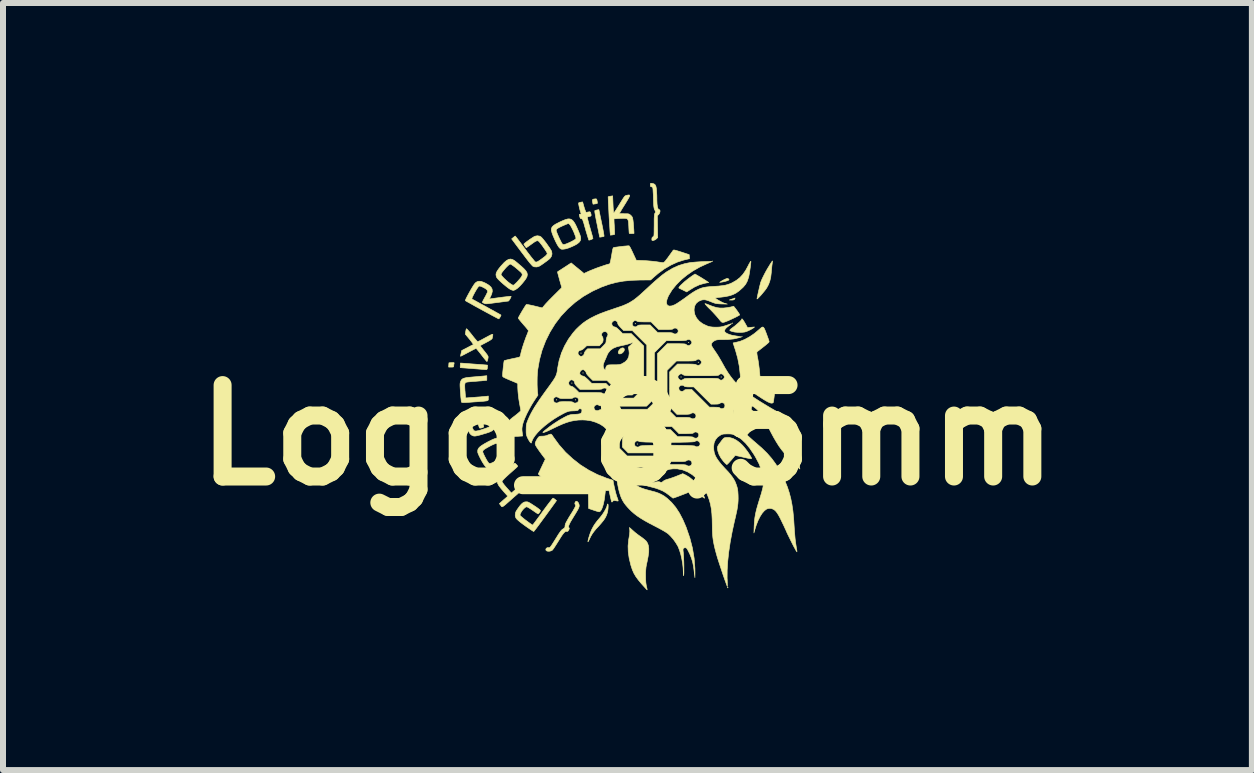
<source format=kicad_pcb>
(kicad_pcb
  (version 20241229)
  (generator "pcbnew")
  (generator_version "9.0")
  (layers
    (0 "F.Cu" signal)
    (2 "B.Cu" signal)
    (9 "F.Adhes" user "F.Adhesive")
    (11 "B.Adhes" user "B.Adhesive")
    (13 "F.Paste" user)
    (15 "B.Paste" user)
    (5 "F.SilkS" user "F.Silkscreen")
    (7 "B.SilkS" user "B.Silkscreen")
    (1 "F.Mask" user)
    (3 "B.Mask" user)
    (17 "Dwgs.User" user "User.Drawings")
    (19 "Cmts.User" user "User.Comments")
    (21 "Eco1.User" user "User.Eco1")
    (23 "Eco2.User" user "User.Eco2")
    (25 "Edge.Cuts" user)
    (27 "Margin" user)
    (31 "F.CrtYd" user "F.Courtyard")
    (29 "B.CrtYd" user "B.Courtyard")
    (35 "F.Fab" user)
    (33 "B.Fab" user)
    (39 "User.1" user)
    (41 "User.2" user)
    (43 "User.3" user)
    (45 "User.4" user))
  (footprint "Logo_8,5mm"
    (layer "F.Cu")
    (at 7.41 4.204)
    (property "Reference" "Logo_8,5mm" (at 0 0 0) (layer "F.SilkS") (effects (font (size 1.524 1.524) (thickness 0.3))))
    (attr through_hole)
    (fp_poly (pts (xy -1.177 -0.588) (xy -1.181 -0.584) (xy -1.185 -0.588) (xy -1.181 -0.593) (xy -1.177 -0.588)) (stroke (width 0.01) (type solid)) (fill yes) (layer "F.SilkS"))
    (fp_poly (pts (xy -0.923 -0.868) (xy -0.927 -0.864) (xy -0.931 -0.868) (xy -0.927 -0.872) (xy -0.923 -0.868)) (stroke (width 0.01) (type solid)) (fill yes) (layer "F.SilkS"))
    (fp_poly (pts (xy -0.864 -0.588) (xy -0.868 -0.584) (xy -0.872 -0.588) (xy -0.868 -0.593) (xy -0.864 -0.588)) (stroke (width 0.01) (type solid)) (fill yes) (layer "F.SilkS"))
    (fp_poly (pts (xy -0.77 -1.367) (xy -0.775 -1.363) (xy -0.779 -1.367) (xy -0.775 -1.372) (xy -0.77 -1.367)) (stroke (width 0.01) (type solid)) (fill yes) (layer "F.SilkS"))
    (fp_poly (pts (xy -0.737 -1.037) (xy -0.741 -1.033) (xy -0.745 -1.037) (xy -0.741 -1.041) (xy -0.737 -1.037)) (stroke (width 0.01) (type solid)) (fill yes) (layer "F.SilkS"))
    (fp_poly (pts (xy -0.11 0.004) (xy -0.114 0.008) (xy -0.119 0.004) (xy -0.114 0) (xy -0.11 0.004)) (stroke (width 0.01) (type solid)) (fill yes) (layer "F.SilkS"))
    (fp_poly (pts (xy 0.135 -1.858) (xy 0.131 -1.854) (xy 0.127 -1.858) (xy 0.131 -1.863) (xy 0.135 -1.858)) (stroke (width 0.01) (type solid)) (fill yes) (layer "F.SilkS"))
    (fp_poly (pts (xy 0.169 0.148) (xy 0.165 0.152) (xy 0.161 0.148) (xy 0.165 0.144) (xy 0.169 0.148)) (stroke (width 0.01) (type solid)) (fill yes) (layer "F.SilkS"))
    (fp_poly (pts (xy 0.897 -0.969) (xy 0.893 -0.965) (xy 0.889 -0.969) (xy 0.893 -0.974) (xy 0.897 -0.969)) (stroke (width 0.01) (type solid)) (fill yes) (layer "F.SilkS"))
    (fp_poly (pts (xy 1.024 -1.545) (xy 1.02 -1.541) (xy 1.016 -1.545) (xy 1.02 -1.549) (xy 1.024 -1.545)) (stroke (width 0.01) (type solid)) (fill yes) (layer "F.SilkS"))
    (fp_poly (pts (xy 1.185 -1.215) (xy 1.181 -1.211) (xy 1.177 -1.215) (xy 1.181 -1.219) (xy 1.185 -1.215)) (stroke (width 0.01) (type solid)) (fill yes) (layer "F.SilkS"))
    (fp_poly (pts (xy 1.422 -2.9) (xy 1.418 -2.896) (xy 1.414 -2.9) (xy 1.418 -2.904) (xy 1.422 -2.9)) (stroke (width 0.01) (type solid)) (fill yes) (layer "F.SilkS"))
    (fp_poly (pts (xy 1.566 -0.969) (xy 1.562 -0.965) (xy 1.558 -0.969) (xy 1.562 -0.974) (xy 1.566 -0.969)) (stroke (width 0.01) (type solid)) (fill yes) (layer "F.SilkS"))
    (fp_poly (pts (xy 1.753 -1.867) (xy 1.748 -1.863) (xy 1.744 -1.867) (xy 1.748 -1.871) (xy 1.753 -1.867)) (stroke (width 0.01) (type solid)) (fill yes) (layer "F.SilkS"))
    (fp_poly (pts (xy 1.913 -1.647) (xy 1.909 -1.643) (xy 1.905 -1.647) (xy 1.909 -1.651) (xy 1.913 -1.647)) (stroke (width 0.01) (type solid)) (fill yes) (layer "F.SilkS"))
    (fp_poly (pts (xy 1.674 2.534) (xy 1.675 2.544) (xy 1.674 2.546) (xy 1.669 2.544) (xy 1.668 2.54) (xy 1.671 2.533) (xy 1.674 2.534)) (stroke (width 0.01) (type solid)) (fill yes) (layer "F.SilkS"))
    (fp_poly (pts (xy 1.792 -2.28) (xy 1.786 -2.269) (xy 1.777 -2.258) (xy 1.759 -2.253) (xy 1.737 -2.252) (xy 1.698 -2.253) (xy 1.744 -2.269) (xy 1.77 -2.278) (xy 1.787 -2.284) (xy 1.793 -2.286) (xy 1.792 -2.28)) (stroke (width 0.01) (type solid)) (fill yes) (layer "F.SilkS"))
    (fp_poly (pts (xy -2.892 -1.208) (xy -2.889 -1.202) (xy -2.89 -1.198) (xy -2.894 -1.179) (xy -2.896 -1.159) (xy -2.897 -1.145) (xy -2.902 -1.137) (xy -2.917 -1.135) (xy -2.938 -1.135) (xy -2.981 -1.135) (xy -2.979 -1.171) (xy -2.976 -1.206) (xy -2.93 -1.209) (xy -2.904 -1.21) (xy -2.892 -1.208)) (stroke (width 0.01) (type solid)) (fill yes) (layer "F.SilkS"))
    (fp_poly (pts (xy -0.06 -1.449) (xy -0.053 -1.433) (xy -0.052 -1.429) (xy -0.056 -1.406) (xy -0.071 -1.385) (xy -0.091 -1.367) (xy -0.114 -1.356) (xy -0.135 -1.354) (xy -0.147 -1.36) (xy -0.154 -1.378) (xy -0.149 -1.4) (xy -0.135 -1.422) (xy -0.116 -1.441) (xy -0.094 -1.453) (xy -0.078 -1.455) (xy -0.06 -1.449)) (stroke (width 0.01) (type solid)) (fill yes) (layer "F.SilkS"))
    (fp_poly (pts (xy -0.514 -3.934) (xy -0.509 -3.918) (xy -0.506 -3.904) (xy -0.502 -3.881) (xy -0.502 -3.866) (xy -0.502 -3.864) (xy -0.513 -3.86) (xy -0.533 -3.856) (xy -0.54 -3.855) (xy -0.574 -3.85) (xy -0.582 -3.887) (xy -0.586 -3.913) (xy -0.581 -3.928) (xy -0.565 -3.935) (xy -0.542 -3.938) (xy -0.524 -3.939) (xy -0.514 -3.934)) (stroke (width 0.01) (type solid)) (fill yes) (layer "F.SilkS"))
    (fp_poly (pts (xy 1.678 -2.609) (xy 1.68 -2.608) (xy 1.691 -2.596) (xy 1.693 -2.59) (xy 1.686 -2.584) (xy 1.666 -2.575) (xy 1.638 -2.566) (xy 1.607 -2.558) (xy 1.576 -2.552) (xy 1.575 -2.552) (xy 1.537 -2.547) (xy 1.56 -2.563) (xy 1.582 -2.577) (xy 1.611 -2.592) (xy 1.626 -2.599) (xy 1.651 -2.61) (xy 1.667 -2.613) (xy 1.678 -2.609)) (stroke (width 0.01) (type solid)) (fill yes) (layer "F.SilkS"))
    (fp_poly (pts (xy -0.451 -3.634) (xy -0.433 -3.548) (xy -0.418 -3.477) (xy -0.407 -3.42) (xy -0.399 -3.377) (xy -0.394 -3.345) (xy -0.391 -3.325) (xy -0.391 -3.315) (xy -0.392 -3.314) (xy -0.403 -3.31) (xy -0.423 -3.306) (xy -0.43 -3.305) (xy -0.463 -3.3) (xy -0.507 -3.518) (xy -0.519 -3.576) (xy -0.529 -3.629) (xy -0.537 -3.675) (xy -0.543 -3.71) (xy -0.545 -3.733) (xy -0.545 -3.742) (xy -0.532 -3.748) (xy -0.511 -3.753) (xy -0.507 -3.754) (xy -0.477 -3.759) (xy -0.451 -3.634)) (stroke (width 0.01) (type solid)) (fill yes) (layer "F.SilkS"))
    (fp_poly (pts (xy 1.174 -2.658) (xy 1.205 -2.64) (xy 1.243 -2.617) (xy 1.281 -2.593) (xy 1.289 -2.588) (xy 1.354 -2.545) (xy 1.284 -2.531) (xy 1.2 -2.507) (xy 1.117 -2.469) (xy 1.045 -2.425) (xy 1.018 -2.408) (xy 0.998 -2.395) (xy 0.988 -2.388) (xy 0.987 -2.388) (xy 0.98 -2.392) (xy 0.961 -2.401) (xy 0.934 -2.414) (xy 0.923 -2.42) (xy 0.894 -2.434) (xy 0.871 -2.445) (xy 0.858 -2.452) (xy 0.857 -2.452) (xy 0.857 -2.46) (xy 0.868 -2.477) (xy 0.889 -2.5) (xy 0.918 -2.527) (xy 0.952 -2.558) (xy 0.99 -2.589) (xy 1.03 -2.62) (xy 1.067 -2.647) (xy 1.125 -2.686) (xy 1.174 -2.658)) (stroke (width 0.01) (type solid)) (fill yes) (layer "F.SilkS"))
    (fp_poly (pts (xy 1.918 -1.932) (xy 1.935 -1.908) (xy 1.958 -1.87) (xy 1.96 -1.866) (xy 2.001 -1.793) (xy 2.059 -1.798) (xy 2.118 -1.803) (xy 2.097 -1.786) (xy 2.078 -1.774) (xy 2.05 -1.758) (xy 2.019 -1.743) (xy 2.018 -1.742) (xy 1.984 -1.728) (xy 1.954 -1.719) (xy 1.92 -1.715) (xy 1.888 -1.713) (xy 1.838 -1.714) (xy 1.791 -1.718) (xy 1.767 -1.723) (xy 1.731 -1.733) (xy 1.711 -1.741) (xy 1.705 -1.75) (xy 1.714 -1.762) (xy 1.737 -1.781) (xy 1.759 -1.797) (xy 1.791 -1.821) (xy 1.824 -1.849) (xy 1.855 -1.876) (xy 1.88 -1.9) (xy 1.898 -1.92) (xy 1.905 -1.932) (xy 1.905 -1.932) (xy 1.908 -1.94) (xy 1.918 -1.932)) (stroke (width 0.01) (type solid)) (fill yes) (layer "F.SilkS"))
    (fp_poly (pts (xy -2.728 -1.198) (xy -2.701 -1.196) (xy -2.662 -1.193) (xy -2.613 -1.189) (xy -2.558 -1.185) (xy -2.503 -1.181) (xy -2.452 -1.178) (xy -2.407 -1.174) (xy -2.37 -1.171) (xy -2.345 -1.169) (xy -2.334 -1.167) (xy -2.333 -1.167) (xy -2.333 -1.158) (xy -2.334 -1.137) (xy -2.335 -1.128) (xy -2.338 -1.106) (xy -2.344 -1.095) (xy -2.357 -1.093) (xy -2.361 -1.093) (xy -2.376 -1.094) (xy -2.404 -1.096) (xy -2.445 -1.099) (xy -2.494 -1.103) (xy -2.549 -1.107) (xy -2.582 -1.11) (xy -2.639 -1.114) (xy -2.689 -1.118) (xy -2.731 -1.121) (xy -2.763 -1.123) (xy -2.782 -1.125) (xy -2.786 -1.125) (xy -2.788 -1.133) (xy -2.788 -1.153) (xy -2.787 -1.164) (xy -2.784 -1.202) (xy -2.728 -1.198)) (stroke (width 0.01) (type solid)) (fill yes) (layer "F.SilkS"))
    (fp_poly (pts (xy 1.942 -0.453) (xy 1.983 -0.451) (xy 2.012 -0.447) (xy 2.036 -0.439) (xy 2.045 -0.434) (xy 2.077 -0.414) (xy 2.104 -0.392) (xy 2.124 -0.37) (xy 2.133 -0.352) (xy 2.133 -0.35) (xy 2.131 -0.335) (xy 2.123 -0.308) (xy 2.112 -0.273) (xy 2.099 -0.232) (xy 2.084 -0.191) (xy 2.07 -0.151) (xy 2.057 -0.118) (xy 2.049 -0.099) (xy 2.038 -0.077) (xy 2.028 -0.062) (xy 2.024 -0.059) (xy 2.015 -0.065) (xy 1.999 -0.081) (xy 1.979 -0.105) (xy 1.972 -0.112) (xy 1.915 -0.187) (xy 1.873 -0.255) (xy 1.848 -0.317) (xy 1.837 -0.373) (xy 1.837 -0.38) (xy 1.84 -0.411) (xy 1.849 -0.432) (xy 1.867 -0.445) (xy 1.897 -0.451) (xy 1.942 -0.453) (xy 1.942 -0.453)) (stroke (width 0.01) (type solid)) (fill yes) (layer "F.SilkS"))
    (fp_poly (pts (xy 2.417 -2.896) (xy 2.415 -2.877) (xy 2.412 -2.855) (xy 2.408 -2.826) (xy 2.404 -2.787) (xy 2.4 -2.742) (xy 2.397 -2.708) (xy 2.388 -2.633) (xy 2.373 -2.569) (xy 2.352 -2.512) (xy 2.323 -2.458) (xy 2.316 -2.447) (xy 2.3 -2.425) (xy 2.279 -2.398) (xy 2.254 -2.368) (xy 2.229 -2.338) (xy 2.204 -2.311) (xy 2.183 -2.289) (xy 2.168 -2.275) (xy 2.16 -2.27) (xy 2.159 -2.271) (xy 2.161 -2.284) (xy 2.166 -2.31) (xy 2.173 -2.345) (xy 2.182 -2.386) (xy 2.192 -2.429) (xy 2.201 -2.471) (xy 2.211 -2.508) (xy 2.218 -2.538) (xy 2.223 -2.553) (xy 2.236 -2.586) (xy 2.256 -2.629) (xy 2.281 -2.679) (xy 2.309 -2.732) (xy 2.339 -2.784) (xy 2.368 -2.831) (xy 2.371 -2.837) (xy 2.39 -2.866) (xy 2.405 -2.889) (xy 2.415 -2.902) (xy 2.417 -2.904) (xy 2.417 -2.896)) (stroke (width 0.01) (type solid)) (fill yes) (layer "F.SilkS"))
    (fp_poly (pts (xy -0.325 1.151) (xy -0.322 1.168) (xy -0.322 1.194) (xy -0.324 1.225) (xy -0.328 1.258) (xy -0.334 1.289) (xy -0.335 1.292) (xy -0.349 1.333) (xy -0.369 1.375) (xy -0.397 1.418) (xy -0.435 1.465) (xy -0.484 1.521) (xy -0.484 1.521) (xy -0.528 1.568) (xy -0.561 1.609) (xy -0.588 1.647) (xy -0.611 1.686) (xy -0.633 1.731) (xy -0.637 1.74) (xy -0.648 1.763) (xy -0.657 1.777) (xy -0.66 1.777) (xy -0.66 1.777) (xy -0.657 1.757) (xy -0.65 1.726) (xy -0.638 1.687) (xy -0.625 1.646) (xy -0.61 1.607) (xy -0.596 1.574) (xy -0.591 1.564) (xy -0.565 1.515) (xy -0.536 1.471) (xy -0.502 1.426) (xy -0.46 1.377) (xy -0.434 1.345) (xy -0.407 1.307) (xy -0.382 1.267) (xy -0.361 1.229) (xy -0.346 1.196) (xy -0.339 1.172) (xy -0.339 1.168) (xy -0.335 1.152) (xy -0.33 1.147) (xy -0.325 1.151)) (stroke (width 0.01) (type solid)) (fill yes) (layer "F.SilkS"))
    (fp_poly (pts (xy 1.305 -2.19) (xy 1.329 -2.182) (xy 1.36 -2.17) (xy 1.374 -2.164) (xy 1.413 -2.149) (xy 1.454 -2.136) (xy 1.489 -2.126) (xy 1.494 -2.125) (xy 1.543 -2.119) (xy 1.6 -2.119) (xy 1.66 -2.125) (xy 1.716 -2.135) (xy 1.725 -2.137) (xy 1.77 -2.149) (xy 1.798 -2.114) (xy 1.819 -2.086) (xy 1.839 -2.058) (xy 1.856 -2.033) (xy 1.867 -2.014) (xy 1.871 -2.004) (xy 1.87 -2.004) (xy 1.856 -1.995) (xy 1.831 -1.981) (xy 1.798 -1.964) (xy 1.762 -1.947) (xy 1.726 -1.93) (xy 1.695 -1.916) (xy 1.68 -1.909) (xy 1.639 -1.893) (xy 1.61 -1.882) (xy 1.589 -1.879) (xy 1.572 -1.884) (xy 1.556 -1.898) (xy 1.536 -1.922) (xy 1.517 -1.946) (xy 1.487 -1.981) (xy 1.45 -2.022) (xy 1.41 -2.065) (xy 1.372 -2.104) (xy 1.369 -2.106) (xy 1.339 -2.136) (xy 1.315 -2.162) (xy 1.299 -2.181) (xy 1.292 -2.192) (xy 1.292 -2.193) (xy 1.305 -2.19)) (stroke (width 0.01) (type solid)) (fill yes) (layer "F.SilkS"))
    (fp_poly (pts (xy 0.091 1.591) (xy 0.125 1.621) (xy 0.167 1.654) (xy 0.208 1.684) (xy 0.219 1.691) (xy 0.252 1.715) (xy 0.282 1.739) (xy 0.305 1.759) (xy 0.313 1.767) (xy 0.335 1.802) (xy 0.349 1.843) (xy 0.355 1.892) (xy 0.354 1.951) (xy 0.344 2.023) (xy 0.329 2.102) (xy 0.317 2.156) (xy 0.309 2.201) (xy 0.305 2.243) (xy 0.302 2.288) (xy 0.302 2.341) (xy 0.303 2.405) (xy 0.306 2.457) (xy 0.312 2.498) (xy 0.316 2.518) (xy 0.323 2.547) (xy 0.327 2.569) (xy 0.328 2.579) (xy 0.328 2.579) (xy 0.322 2.574) (xy 0.307 2.558) (xy 0.284 2.533) (xy 0.256 2.502) (xy 0.234 2.478) (xy 0.182 2.415) (xy 0.14 2.358) (xy 0.107 2.302) (xy 0.081 2.243) (xy 0.059 2.177) (xy 0.055 2.163) (xy 0.028 2.051) (xy 0.013 1.947) (xy 0.01 1.847) (xy 0.019 1.749) (xy 0.026 1.71) (xy 0.036 1.649) (xy 0.039 1.602) (xy 0.038 1.58) (xy 0.033 1.539) (xy 0.091 1.591)) (stroke (width 0.01) (type solid)) (fill yes) (layer "F.SilkS"))
    (fp_poly (pts (xy 1.699 0.039) (xy 1.758 0.055) (xy 1.818 0.086) (xy 1.878 0.132) (xy 1.919 0.171) (xy 1.945 0.201) (xy 1.973 0.236) (xy 2 0.272) (xy 2.025 0.308) (xy 2.045 0.341) (xy 2.061 0.367) (xy 2.068 0.385) (xy 2.068 0.391) (xy 2.057 0.392) (xy 2.032 0.389) (xy 1.995 0.382) (xy 1.948 0.372) (xy 1.928 0.367) (xy 1.883 0.357) (xy 1.844 0.348) (xy 1.814 0.342) (xy 1.797 0.339) (xy 1.793 0.339) (xy 1.778 0.359) (xy 1.757 0.384) (xy 1.733 0.412) (xy 1.708 0.439) (xy 1.686 0.464) (xy 1.668 0.481) (xy 1.658 0.49) (xy 1.656 0.49) (xy 1.647 0.484) (xy 1.629 0.468) (xy 1.608 0.445) (xy 1.601 0.438) (xy 1.559 0.382) (xy 1.527 0.324) (xy 1.507 0.267) (xy 1.501 0.235) (xy 1.5 0.215) (xy 1.5 0.199) (xy 1.506 0.184) (xy 1.516 0.165) (xy 1.535 0.139) (xy 1.551 0.117) (xy 1.575 0.085) (xy 1.593 0.063) (xy 1.607 0.05) (xy 1.62 0.043) (xy 1.636 0.04) (xy 1.643 0.039) (xy 1.699 0.039)) (stroke (width 0.01) (type solid)) (fill yes) (layer "F.SilkS"))
    (fp_poly (pts (xy -0.723 -3.8) (xy -0.712 -3.765) (xy -0.701 -3.737) (xy -0.693 -3.719) (xy -0.689 -3.714) (xy -0.676 -3.716) (xy -0.655 -3.72) (xy -0.65 -3.721) (xy -0.63 -3.724) (xy -0.62 -3.719) (xy -0.613 -3.704) (xy -0.611 -3.695) (xy -0.605 -3.67) (xy -0.608 -3.656) (xy -0.622 -3.648) (xy -0.637 -3.645) (xy -0.658 -3.64) (xy -0.67 -3.636) (xy -0.67 -3.636) (xy -0.669 -3.627) (xy -0.664 -3.604) (xy -0.656 -3.571) (xy -0.645 -3.528) (xy -0.631 -3.478) (xy -0.626 -3.461) (xy -0.611 -3.409) (xy -0.598 -3.363) (xy -0.587 -3.324) (xy -0.58 -3.296) (xy -0.576 -3.281) (xy -0.576 -3.279) (xy -0.583 -3.272) (xy -0.6 -3.263) (xy -0.622 -3.255) (xy -0.641 -3.251) (xy -0.643 -3.251) (xy -0.647 -3.259) (xy -0.654 -3.281) (xy -0.664 -3.314) (xy -0.677 -3.357) (xy -0.692 -3.406) (xy -0.698 -3.429) (xy -0.715 -3.487) (xy -0.727 -3.531) (xy -0.738 -3.563) (xy -0.745 -3.585) (xy -0.752 -3.598) (xy -0.758 -3.604) (xy -0.764 -3.607) (xy -0.767 -3.607) (xy -0.782 -3.611) (xy -0.791 -3.626) (xy -0.795 -3.639) (xy -0.802 -3.664) (xy -0.803 -3.677) (xy -0.798 -3.682) (xy -0.786 -3.683) (xy -0.774 -3.687) (xy -0.773 -3.694) (xy -0.783 -3.723) (xy -0.793 -3.757) (xy -0.802 -3.793) (xy -0.809 -3.826) (xy -0.814 -3.852) (xy -0.815 -3.868) (xy -0.815 -3.871) (xy -0.802 -3.877) (xy -0.78 -3.883) (xy -0.778 -3.883) (xy -0.748 -3.888) (xy -0.723 -3.8)) (stroke (width 0.01) (type solid)) (fill yes) (layer "F.SilkS"))
    (fp_poly (pts (xy 0.979 0.67) (xy 1.032 0.702) (xy 1.086 0.746) (xy 1.138 0.797) (xy 1.181 0.85) (xy 1.199 0.878) (xy 1.22 0.912) (xy 1.24 0.948) (xy 1.258 0.984) (xy 1.273 1.015) (xy 1.283 1.038) (xy 1.285 1.05) (xy 1.285 1.051) (xy 1.278 1.048) (xy 1.261 1.037) (xy 1.235 1.018) (xy 1.204 0.994) (xy 1.195 0.986) (xy 1.162 0.96) (xy 1.135 0.938) (xy 1.115 0.922) (xy 1.105 0.915) (xy 1.104 0.914) (xy 1.096 0.918) (xy 1.076 0.926) (xy 1.048 0.939) (xy 1.036 0.945) (xy 1.011 0.955) (xy 0.978 0.969) (xy 0.939 0.984) (xy 0.897 1) (xy 0.856 1.016) (xy 0.818 1.03) (xy 0.787 1.041) (xy 0.766 1.048) (xy 0.759 1.05) (xy 0.752 1.045) (xy 0.735 1.032) (xy 0.71 1.013) (xy 0.698 1.003) (xy 0.644 0.963) (xy 0.59 0.931) (xy 0.53 0.905) (xy 0.46 0.881) (xy 0.403 0.866) (xy 0.357 0.854) (xy 0.314 0.842) (xy 0.279 0.831) (xy 0.254 0.823) (xy 0.25 0.822) (xy 0.216 0.807) (xy 0.3 0.801) (xy 0.347 0.797) (xy 0.399 0.791) (xy 0.445 0.785) (xy 0.456 0.783) (xy 0.497 0.777) (xy 0.525 0.776) (xy 0.537 0.779) (xy 0.555 0.787) (xy 0.577 0.784) (xy 0.594 0.77) (xy 0.61 0.758) (xy 0.64 0.744) (xy 0.669 0.735) (xy 0.704 0.725) (xy 0.748 0.71) (xy 0.795 0.693) (xy 0.827 0.68) (xy 0.922 0.642) (xy 0.979 0.67)) (stroke (width 0.01) (type solid)) (fill yes) (layer "F.SilkS"))
    (fp_poly (pts (xy 0.404 -4.198) (xy 0.412 -4.197) (xy 0.441 -4.189) (xy 0.46 -4.175) (xy 0.473 -4.151) (xy 0.481 -4.115) (xy 0.484 -4.087) (xy 0.486 -4.049) (xy 0.489 -4) (xy 0.49 -3.949) (xy 0.49 -3.918) (xy 0.493 -3.854) (xy 0.499 -3.807) (xy 0.509 -3.775) (xy 0.522 -3.761) (xy 0.529 -3.759) (xy 0.539 -3.753) (xy 0.543 -3.736) (xy 0.539 -3.714) (xy 0.53 -3.692) (xy 0.52 -3.679) (xy 0.498 -3.657) (xy 0.504 -3.294) (xy 0.483 -3.273) (xy 0.46 -3.256) (xy 0.434 -3.246) (xy 0.415 -3.244) (xy 0.408 -3.249) (xy 0.406 -3.267) (xy 0.406 -3.269) (xy 0.41 -3.292) (xy 0.422 -3.305) (xy 0.425 -3.306) (xy 0.432 -3.31) (xy 0.436 -3.314) (xy 0.44 -3.323) (xy 0.442 -3.337) (xy 0.443 -3.36) (xy 0.444 -3.393) (xy 0.444 -3.438) (xy 0.445 -3.497) (xy 0.445 -3.559) (xy 0.445 -3.607) (xy 0.447 -3.642) (xy 0.449 -3.667) (xy 0.451 -3.684) (xy 0.455 -3.695) (xy 0.458 -3.7) (xy 0.466 -3.714) (xy 0.466 -3.727) (xy 0.459 -3.745) (xy 0.455 -3.754) (xy 0.448 -3.767) (xy 0.444 -3.783) (xy 0.44 -3.804) (xy 0.437 -3.832) (xy 0.435 -3.871) (xy 0.433 -3.922) (xy 0.432 -3.953) (xy 0.431 -4.005) (xy 0.428 -4.051) (xy 0.426 -4.089) (xy 0.423 -4.116) (xy 0.421 -4.129) (xy 0.421 -4.13) (xy 0.407 -4.139) (xy 0.397 -4.14) (xy 0.386 -4.144) (xy 0.382 -4.157) (xy 0.381 -4.171) (xy 0.382 -4.191) (xy 0.388 -4.199) (xy 0.404 -4.198)) (stroke (width 0.01) (type solid)) (fill yes) (layer "F.SilkS"))
    (fp_poly (pts (xy -1.871 0.471) (xy -1.856 0.485) (xy -1.85 0.491) (xy -1.835 0.508) (xy -1.831 0.518) (xy -1.836 0.526) (xy -1.842 0.532) (xy -1.853 0.543) (xy -1.875 0.562) (xy -1.905 0.589) (xy -1.94 0.62) (xy -1.975 0.651) (xy -2.019 0.691) (xy -2.054 0.725) (xy -2.078 0.75) (xy -2.09 0.767) (xy -2.091 0.771) (xy -2.088 0.782) (xy -2.076 0.8) (xy -2.056 0.827) (xy -2.026 0.863) (xy -1.985 0.909) (xy -1.963 0.934) (xy -1.935 0.965) (xy -1.797 0.843) (xy -1.757 0.807) (xy -1.72 0.775) (xy -1.69 0.749) (xy -1.667 0.73) (xy -1.654 0.721) (xy -1.652 0.72) (xy -1.643 0.726) (xy -1.628 0.741) (xy -1.623 0.748) (xy -1.602 0.775) (xy -1.826 0.974) (xy -1.891 1.031) (xy -1.944 1.078) (xy -1.987 1.116) (xy -2.02 1.145) (xy -2.046 1.167) (xy -2.065 1.182) (xy -2.079 1.19) (xy -2.089 1.194) (xy -2.095 1.193) (xy -2.1 1.189) (xy -2.105 1.183) (xy -2.11 1.175) (xy -2.112 1.172) (xy -2.135 1.142) (xy -2.09 1.101) (xy -2.063 1.077) (xy -2.037 1.055) (xy -2.02 1.04) (xy -1.995 1.018) (xy -2.069 0.935) (xy -2.113 0.883) (xy -2.145 0.841) (xy -2.164 0.805) (xy -2.171 0.773) (xy -2.167 0.744) (xy -2.151 0.714) (xy -2.125 0.682) (xy -2.106 0.664) (xy -2.077 0.636) (xy -2.044 0.605) (xy -2.009 0.573) (xy -1.973 0.542) (xy -1.941 0.514) (xy -1.913 0.49) (xy -1.892 0.474) (xy -1.881 0.466) (xy -1.88 0.466) (xy -1.871 0.471)) (stroke (width 0.01) (type solid)) (fill yes) (layer "F.SilkS"))
    (fp_poly (pts (xy -1.916 -2.928) (xy -1.885 -2.911) (xy -1.868 -2.898) (xy -1.842 -2.877) (xy -1.811 -2.85) (xy -1.777 -2.821) (xy -1.776 -2.821) (xy -1.729 -2.778) (xy -1.695 -2.741) (xy -1.675 -2.708) (xy -1.669 -2.676) (xy -1.675 -2.643) (xy -1.695 -2.605) (xy -1.728 -2.561) (xy -1.756 -2.527) (xy -1.798 -2.481) (xy -1.837 -2.446) (xy -1.872 -2.423) (xy -1.9 -2.413) (xy -1.904 -2.413) (xy -1.92 -2.417) (xy -1.943 -2.425) (xy -1.949 -2.428) (xy -1.971 -2.441) (xy -2.001 -2.463) (xy -2.035 -2.49) (xy -2.072 -2.521) (xy -2.107 -2.552) (xy -2.139 -2.582) (xy -2.163 -2.607) (xy -2.178 -2.626) (xy -2.18 -2.629) (xy -2.189 -2.655) (xy -2.192 -2.68) (xy -2.192 -2.681) (xy -2.108 -2.681) (xy -2.102 -2.665) (xy -2.084 -2.643) (xy -2.059 -2.616) (xy -2.028 -2.587) (xy -1.996 -2.558) (xy -1.964 -2.533) (xy -1.935 -2.513) (xy -1.913 -2.501) (xy -1.903 -2.499) (xy -1.89 -2.506) (xy -1.87 -2.524) (xy -1.844 -2.549) (xy -1.819 -2.577) (xy -1.786 -2.615) (xy -1.765 -2.644) (xy -1.755 -2.667) (xy -1.755 -2.685) (xy -1.764 -2.702) (xy -1.776 -2.715) (xy -1.825 -2.759) (xy -1.869 -2.796) (xy -1.906 -2.824) (xy -1.934 -2.843) (xy -1.953 -2.852) (xy -1.957 -2.852) (xy -1.971 -2.844) (xy -1.992 -2.826) (xy -2.018 -2.801) (xy -2.045 -2.771) (xy -2.07 -2.741) (xy -2.091 -2.714) (xy -2.104 -2.692) (xy -2.108 -2.681) (xy -2.192 -2.681) (xy -2.186 -2.707) (xy -2.171 -2.737) (xy -2.146 -2.773) (xy -2.11 -2.818) (xy -2.099 -2.83) (xy -2.055 -2.878) (xy -2.016 -2.911) (xy -1.981 -2.93) (xy -1.948 -2.936) (xy -1.916 -2.928)) (stroke (width 0.01) (type solid)) (fill yes) (layer "F.SilkS"))
    (fp_poly (pts (xy -0.958 -3.604) (xy -0.93 -3.593) (xy -0.904 -3.569) (xy -0.879 -3.533) (xy -0.853 -3.483) (xy -0.824 -3.418) (xy -0.814 -3.394) (xy -0.793 -3.342) (xy -0.781 -3.302) (xy -0.779 -3.27) (xy -0.785 -3.245) (xy -0.8 -3.222) (xy -0.811 -3.21) (xy -0.841 -3.187) (xy -0.883 -3.163) (xy -0.931 -3.141) (xy -0.98 -3.121) (xy -1.025 -3.107) (xy -1.06 -3.101) (xy -1.089 -3.099) (xy -1.107 -3.102) (xy -1.121 -3.111) (xy -1.137 -3.125) (xy -1.153 -3.147) (xy -1.174 -3.182) (xy -1.197 -3.227) (xy -1.214 -3.264) (xy -1.241 -3.326) (xy -1.259 -3.375) (xy -1.268 -3.414) (xy -1.268 -3.419) (xy -1.188 -3.419) (xy -1.187 -3.405) (xy -1.18 -3.384) (xy -1.168 -3.353) (xy -1.149 -3.31) (xy -1.149 -3.309) (xy -1.13 -3.269) (xy -1.113 -3.234) (xy -1.099 -3.207) (xy -1.089 -3.191) (xy -1.088 -3.19) (xy -1.078 -3.181) (xy -1.064 -3.177) (xy -1.045 -3.18) (xy -1.019 -3.189) (xy -0.981 -3.205) (xy -0.946 -3.221) (xy -0.904 -3.243) (xy -0.875 -3.261) (xy -0.86 -3.275) (xy -0.859 -3.277) (xy -0.86 -3.292) (xy -0.868 -3.318) (xy -0.881 -3.352) (xy -0.896 -3.39) (xy -0.914 -3.428) (xy -0.932 -3.463) (xy -0.948 -3.492) (xy -0.961 -3.51) (xy -0.962 -3.511) (xy -0.983 -3.53) (xy -1.023 -3.514) (xy -1.082 -3.489) (xy -1.129 -3.467) (xy -1.163 -3.448) (xy -1.182 -3.433) (xy -1.185 -3.429) (xy -1.188 -3.419) (xy -1.268 -3.419) (xy -1.268 -3.445) (xy -1.256 -3.471) (xy -1.233 -3.494) (xy -1.199 -3.517) (xy -1.152 -3.541) (xy -1.137 -3.549) (xy -1.078 -3.576) (xy -1.031 -3.595) (xy -0.991 -3.605) (xy -0.958 -3.604)) (stroke (width 0.01) (type solid)) (fill yes) (layer "F.SilkS"))
    (fp_poly (pts (xy 2.268 -1.797) (xy 2.28 -1.779) (xy 2.294 -1.748) (xy 2.312 -1.702) (xy 2.317 -1.689) (xy 2.332 -1.647) (xy 2.346 -1.609) (xy 2.356 -1.58) (xy 2.361 -1.561) (xy 2.361 -1.558) (xy 2.359 -1.552) (xy 2.352 -1.543) (xy 2.337 -1.53) (xy 2.315 -1.511) (xy 2.283 -1.485) (xy 2.241 -1.452) (xy 2.187 -1.41) (xy 2.163 -1.392) (xy 2.158 -1.386) (xy 2.157 -1.375) (xy 2.158 -1.357) (xy 2.162 -1.328) (xy 2.17 -1.286) (xy 2.172 -1.277) (xy 2.181 -1.226) (xy 2.189 -1.166) (xy 2.197 -1.104) (xy 2.203 -1.047) (xy 2.203 -1.045) (xy 2.214 -0.92) (xy 2.333 -0.87) (xy 2.374 -0.853) (xy 2.41 -0.837) (xy 2.438 -0.824) (xy 2.454 -0.816) (xy 2.457 -0.815) (xy 2.458 -0.804) (xy 2.458 -0.78) (xy 2.456 -0.746) (xy 2.452 -0.707) (xy 2.448 -0.665) (xy 2.443 -0.624) (xy 2.438 -0.587) (xy 2.433 -0.559) (xy 2.429 -0.542) (xy 2.427 -0.54) (xy 2.412 -0.534) (xy 2.393 -0.534) (xy 2.368 -0.542) (xy 2.335 -0.557) (xy 2.293 -0.581) (xy 2.248 -0.609) (xy 2.174 -0.657) (xy 2.103 -0.706) (xy 2.038 -0.753) (xy 1.981 -0.797) (xy 1.935 -0.835) (xy 1.929 -0.841) (xy 1.89 -0.877) (xy 1.88 -1.007) (xy 1.864 -1.148) (xy 1.838 -1.281) (xy 1.802 -1.411) (xy 1.795 -1.432) (xy 1.782 -1.47) (xy 1.772 -1.503) (xy 1.764 -1.526) (xy 1.761 -1.536) (xy 1.761 -1.537) (xy 1.769 -1.539) (xy 1.788 -1.543) (xy 1.799 -1.545) (xy 1.874 -1.563) (xy 1.954 -1.595) (xy 2.036 -1.64) (xy 2.117 -1.695) (xy 2.193 -1.759) (xy 2.22 -1.783) (xy 2.239 -1.798) (xy 2.255 -1.803) (xy 2.268 -1.797)) (stroke (width 0.01) (type solid)) (fill yes) (layer "F.SilkS"))
    (fp_poly (pts (xy -2.345 -0.915) (xy -2.381 -0.911) (xy -2.403 -0.909) (xy -2.437 -0.905) (xy -2.48 -0.902) (xy -2.527 -0.898) (xy -2.54 -0.897) (xy -2.585 -0.894) (xy -2.626 -0.89) (xy -2.658 -0.887) (xy -2.678 -0.884) (xy -2.682 -0.883) (xy -2.696 -0.878) (xy -2.706 -0.868) (xy -2.711 -0.852) (xy -2.713 -0.826) (xy -2.712 -0.789) (xy -2.709 -0.738) (xy -2.708 -0.735) (xy -2.705 -0.694) (xy -2.702 -0.659) (xy -2.699 -0.634) (xy -2.698 -0.622) (xy -2.698 -0.621) (xy -2.689 -0.621) (xy -2.667 -0.622) (xy -2.634 -0.625) (xy -2.594 -0.628) (xy -2.548 -0.631) (xy -2.501 -0.635) (xy -2.456 -0.638) (xy -2.415 -0.642) (xy -2.382 -0.645) (xy -2.359 -0.647) (xy -2.356 -0.647) (xy -2.32 -0.652) (xy -2.32 -0.614) (xy -2.32 -0.601) (xy -2.32 -0.591) (xy -2.323 -0.583) (xy -2.331 -0.577) (xy -2.345 -0.572) (xy -2.368 -0.569) (xy -2.401 -0.565) (xy -2.446 -0.562) (xy -2.505 -0.557) (xy -2.54 -0.555) (xy -2.608 -0.55) (xy -2.661 -0.546) (xy -2.701 -0.544) (xy -2.729 -0.543) (xy -2.749 -0.544) (xy -2.761 -0.546) (xy -2.767 -0.551) (xy -2.77 -0.559) (xy -2.771 -0.569) (xy -2.772 -0.578) (xy -2.774 -0.599) (xy -2.778 -0.634) (xy -2.781 -0.676) (xy -2.785 -0.723) (xy -2.786 -0.737) (xy -2.789 -0.787) (xy -2.791 -0.823) (xy -2.791 -0.85) (xy -2.789 -0.869) (xy -2.785 -0.885) (xy -2.782 -0.894) (xy -2.772 -0.915) (xy -2.759 -0.931) (xy -2.741 -0.943) (xy -2.715 -0.952) (xy -2.68 -0.96) (xy -2.632 -0.965) (xy -2.579 -0.97) (xy -2.528 -0.974) (xy -2.48 -0.979) (xy -2.437 -0.982) (xy -2.405 -0.985) (xy -2.394 -0.986) (xy -2.345 -0.991) (xy -2.345 -0.915)) (stroke (width 0.01) (type solid)) (fill yes) (layer "F.SilkS"))
    (fp_poly (pts (xy -0.835 1.108) (xy -0.819 1.127) (xy -0.808 1.153) (xy -0.804 1.177) (xy -0.806 1.191) (xy -0.812 1.209) (xy -0.823 1.233) (xy -0.841 1.265) (xy -0.866 1.307) (xy -0.893 1.351) (xy -0.927 1.407) (xy -0.953 1.451) (xy -0.969 1.484) (xy -0.979 1.509) (xy -0.982 1.527) (xy -0.978 1.54) (xy -0.973 1.546) (xy -0.97 1.559) (xy -0.979 1.581) (xy -0.98 1.582) (xy -0.993 1.601) (xy -1.007 1.606) (xy -1.013 1.605) (xy -1.026 1.604) (xy -1.038 1.609) (xy -1.053 1.622) (xy -1.071 1.643) (xy -1.094 1.674) (xy -1.122 1.718) (xy -1.155 1.771) (xy -1.182 1.814) (xy -1.207 1.853) (xy -1.228 1.885) (xy -1.244 1.907) (xy -1.252 1.917) (xy -1.277 1.93) (xy -1.308 1.936) (xy -1.338 1.933) (xy -1.344 1.931) (xy -1.359 1.918) (xy -1.361 1.901) (xy -1.353 1.886) (xy -1.337 1.876) (xy -1.319 1.875) (xy -1.309 1.877) (xy -1.3 1.875) (xy -1.29 1.868) (xy -1.278 1.854) (xy -1.262 1.831) (xy -1.24 1.797) (xy -1.215 1.757) (xy -1.18 1.701) (xy -1.153 1.657) (xy -1.131 1.625) (xy -1.114 1.601) (xy -1.1 1.584) (xy -1.088 1.573) (xy -1.076 1.565) (xy -1.071 1.562) (xy -1.051 1.548) (xy -1.043 1.533) (xy -1.041 1.518) (xy -1.04 1.503) (xy -1.036 1.487) (xy -1.029 1.467) (xy -1.016 1.442) (xy -0.997 1.408) (xy -0.972 1.365) (xy -0.938 1.31) (xy -0.935 1.306) (xy -0.906 1.259) (xy -0.886 1.223) (xy -0.873 1.198) (xy -0.866 1.18) (xy -0.866 1.167) (xy -0.87 1.157) (xy -0.874 1.153) (xy -0.878 1.139) (xy -0.873 1.12) (xy -0.862 1.105) (xy -0.852 1.101) (xy -0.835 1.108)) (stroke (width 0.01) (type solid)) (fill yes) (layer "F.SilkS"))
    (fp_poly (pts (xy -2.148 0.058) (xy -2.116 0.078) (xy -2.085 0.114) (xy -2.068 0.141) (xy -2.033 0.203) (xy -2.007 0.253) (xy -1.99 0.293) (xy -1.982 0.326) (xy -1.982 0.353) (xy -1.989 0.376) (xy -2.003 0.397) (xy -2.006 0.4) (xy -2.022 0.414) (xy -2.051 0.434) (xy -2.087 0.457) (xy -2.127 0.482) (xy -2.169 0.505) (xy -2.209 0.526) (xy -2.238 0.54) (xy -2.278 0.55) (xy -2.318 0.548) (xy -2.353 0.535) (xy -2.361 0.529) (xy -2.378 0.51) (xy -2.399 0.48) (xy -2.422 0.443) (xy -2.445 0.401) (xy -2.466 0.36) (xy -2.483 0.323) (xy -2.494 0.295) (xy -2.496 0.286) (xy -2.496 0.277) (xy -2.413 0.277) (xy -2.409 0.292) (xy -2.398 0.317) (xy -2.383 0.349) (xy -2.365 0.383) (xy -2.347 0.416) (xy -2.33 0.443) (xy -2.316 0.462) (xy -2.309 0.469) (xy -2.298 0.472) (xy -2.285 0.471) (xy -2.269 0.466) (xy -2.246 0.456) (xy -2.213 0.439) (xy -2.174 0.417) (xy -2.136 0.395) (xy -2.104 0.375) (xy -2.079 0.358) (xy -2.066 0.346) (xy -2.064 0.344) (xy -2.064 0.328) (xy -2.071 0.301) (xy -2.085 0.269) (xy -2.104 0.234) (xy -2.125 0.199) (xy -2.146 0.169) (xy -2.166 0.148) (xy -2.181 0.137) (xy -2.183 0.137) (xy -2.198 0.14) (xy -2.225 0.15) (xy -2.26 0.166) (xy -2.284 0.178) (xy -2.332 0.204) (xy -2.366 0.224) (xy -2.389 0.239) (xy -2.403 0.252) (xy -2.411 0.263) (xy -2.413 0.274) (xy -2.413 0.277) (xy -2.496 0.277) (xy -2.497 0.26) (xy -2.492 0.237) (xy -2.48 0.216) (xy -2.458 0.193) (xy -2.427 0.17) (xy -2.383 0.143) (xy -2.326 0.111) (xy -2.3 0.098) (xy -2.254 0.075) (xy -2.217 0.06) (xy -2.19 0.052) (xy -2.182 0.051) (xy -2.148 0.058)) (stroke (width 0.01) (type solid)) (fill yes) (layer "F.SilkS"))
    (fp_poly (pts (xy -1.229 1.055) (xy -1.211 1.068) (xy -1.207 1.071) (xy -1.183 1.091) (xy -1.368 1.347) (xy -1.411 1.405) (xy -1.45 1.458) (xy -1.485 1.506) (xy -1.515 1.546) (xy -1.539 1.577) (xy -1.555 1.597) (xy -1.562 1.606) (xy -1.562 1.606) (xy -1.572 1.602) (xy -1.592 1.589) (xy -1.621 1.57) (xy -1.657 1.545) (xy -1.693 1.52) (xy -1.748 1.48) (xy -1.791 1.447) (xy -1.822 1.421) (xy -1.844 1.4) (xy -1.859 1.381) (xy -1.867 1.363) (xy -1.871 1.345) (xy -1.871 1.331) (xy -1.869 1.306) (xy -1.863 1.283) (xy -1.849 1.257) (xy -1.835 1.236) (xy -1.799 1.185) (xy -1.768 1.149) (xy -1.739 1.125) (xy -1.711 1.113) (xy -1.681 1.111) (xy -1.664 1.113) (xy -1.649 1.119) (xy -1.623 1.133) (xy -1.591 1.153) (xy -1.556 1.176) (xy -1.521 1.199) (xy -1.49 1.221) (xy -1.466 1.24) (xy -1.453 1.252) (xy -1.452 1.254) (xy -1.453 1.265) (xy -1.462 1.282) (xy -1.475 1.3) (xy -1.487 1.311) (xy -1.491 1.312) (xy -1.5 1.308) (xy -1.52 1.295) (xy -1.548 1.276) (xy -1.581 1.253) (xy -1.615 1.23) (xy -1.645 1.211) (xy -1.669 1.198) (xy -1.682 1.194) (xy -1.7 1.201) (xy -1.722 1.219) (xy -1.746 1.244) (xy -1.767 1.273) (xy -1.783 1.302) (xy -1.791 1.326) (xy -1.791 1.337) (xy -1.783 1.346) (xy -1.764 1.363) (xy -1.738 1.385) (xy -1.707 1.41) (xy -1.673 1.435) (xy -1.641 1.459) (xy -1.613 1.479) (xy -1.592 1.493) (xy -1.581 1.499) (xy -1.58 1.499) (xy -1.575 1.492) (xy -1.56 1.473) (xy -1.538 1.444) (xy -1.51 1.406) (xy -1.476 1.36) (xy -1.439 1.309) (xy -1.414 1.274) (xy -1.374 1.22) (xy -1.338 1.171) (xy -1.305 1.128) (xy -1.278 1.093) (xy -1.258 1.067) (xy -1.245 1.053) (xy -1.242 1.05) (xy -1.229 1.055)) (stroke (width 0.01) (type solid)) (fill yes) (layer "F.SilkS"))
    (fp_poly (pts (xy -2.676 -1.769) (xy -2.661 -1.753) (xy -2.639 -1.727) (xy -2.612 -1.695) (xy -2.591 -1.668) (xy -2.562 -1.631) (xy -2.536 -1.6) (xy -2.515 -1.576) (xy -2.502 -1.561) (xy -2.498 -1.558) (xy -2.488 -1.562) (xy -2.466 -1.572) (xy -2.435 -1.588) (xy -2.398 -1.608) (xy -2.382 -1.617) (xy -2.333 -1.643) (xy -2.296 -1.663) (xy -2.271 -1.675) (xy -2.255 -1.681) (xy -2.247 -1.681) (xy -2.244 -1.676) (xy -2.245 -1.666) (xy -2.247 -1.654) (xy -2.252 -1.629) (xy -2.256 -1.61) (xy -2.257 -1.608) (xy -2.266 -1.599) (xy -2.287 -1.584) (xy -2.317 -1.566) (xy -2.353 -1.547) (xy -2.358 -1.544) (xy -2.394 -1.525) (xy -2.425 -1.509) (xy -2.446 -1.497) (xy -2.455 -1.49) (xy -2.455 -1.49) (xy -2.45 -1.482) (xy -2.436 -1.464) (xy -2.416 -1.438) (xy -2.391 -1.406) (xy -2.387 -1.402) (xy -2.359 -1.366) (xy -2.34 -1.341) (xy -2.329 -1.323) (xy -2.323 -1.31) (xy -2.323 -1.297) (xy -2.324 -1.287) (xy -2.331 -1.253) (xy -2.337 -1.234) (xy -2.343 -1.228) (xy -2.344 -1.228) (xy -2.351 -1.234) (xy -2.366 -1.252) (xy -2.388 -1.279) (xy -2.414 -1.312) (xy -2.434 -1.338) (xy -2.463 -1.375) (xy -2.488 -1.406) (xy -2.508 -1.43) (xy -2.52 -1.445) (xy -2.524 -1.448) (xy -2.532 -1.444) (xy -2.553 -1.433) (xy -2.584 -1.417) (xy -2.622 -1.397) (xy -2.654 -1.38) (xy -2.696 -1.358) (xy -2.732 -1.339) (xy -2.76 -1.325) (xy -2.777 -1.316) (xy -2.782 -1.315) (xy -2.782 -1.324) (xy -2.778 -1.344) (xy -2.774 -1.363) (xy -2.764 -1.41) (xy -2.671 -1.458) (xy -2.635 -1.477) (xy -2.604 -1.493) (xy -2.581 -1.504) (xy -2.57 -1.509) (xy -2.57 -1.509) (xy -2.572 -1.517) (xy -2.583 -1.534) (xy -2.602 -1.56) (xy -2.626 -1.591) (xy -2.632 -1.598) (xy -2.703 -1.684) (xy -2.697 -1.727) (xy -2.692 -1.752) (xy -2.687 -1.77) (xy -2.684 -1.774) (xy -2.676 -1.769)) (stroke (width 0.01) (type solid)) (fill yes) (layer "F.SilkS"))
    (fp_poly (pts (xy -1.462 -3.317) (xy -1.443 -3.306) (xy -1.429 -3.293) (xy -1.408 -3.269) (xy -1.382 -3.237) (xy -1.354 -3.201) (xy -1.327 -3.162) (xy -1.301 -3.126) (xy -1.281 -3.094) (xy -1.267 -3.07) (xy -1.264 -3.062) (xy -1.258 -3.021) (xy -1.268 -2.981) (xy -1.292 -2.946) (xy -1.293 -2.945) (xy -1.315 -2.926) (xy -1.346 -2.902) (xy -1.382 -2.876) (xy -1.417 -2.851) (xy -1.448 -2.83) (xy -1.47 -2.817) (xy -1.471 -2.816) (xy -1.511 -2.804) (xy -1.552 -2.806) (xy -1.577 -2.816) (xy -1.588 -2.826) (xy -1.608 -2.848) (xy -1.636 -2.881) (xy -1.669 -2.923) (xy -1.707 -2.973) (xy -1.749 -3.029) (xy -1.766 -3.051) (xy -1.931 -3.272) (xy -1.903 -3.295) (xy -1.885 -3.31) (xy -1.873 -3.318) (xy -1.871 -3.319) (xy -1.865 -3.312) (xy -1.85 -3.294) (xy -1.828 -3.265) (xy -1.799 -3.227) (xy -1.766 -3.183) (xy -1.728 -3.132) (xy -1.71 -3.108) (xy -1.671 -3.055) (xy -1.634 -3.007) (xy -1.601 -2.964) (xy -1.573 -2.93) (xy -1.552 -2.904) (xy -1.539 -2.89) (xy -1.536 -2.888) (xy -1.524 -2.885) (xy -1.509 -2.888) (xy -1.489 -2.898) (xy -1.462 -2.915) (xy -1.425 -2.942) (xy -1.41 -2.953) (xy -1.376 -2.979) (xy -1.355 -2.998) (xy -1.343 -3.013) (xy -1.338 -3.027) (xy -1.338 -3.031) (xy -1.343 -3.043) (xy -1.355 -3.064) (xy -1.374 -3.093) (xy -1.397 -3.126) (xy -1.42 -3.159) (xy -1.443 -3.189) (xy -1.463 -3.214) (xy -1.477 -3.23) (xy -1.48 -3.232) (xy -1.493 -3.24) (xy -1.506 -3.241) (xy -1.524 -3.235) (xy -1.549 -3.221) (xy -1.582 -3.198) (xy -1.604 -3.182) (xy -1.636 -3.159) (xy -1.662 -3.141) (xy -1.68 -3.129) (xy -1.688 -3.125) (xy -1.688 -3.125) (xy -1.694 -3.133) (xy -1.706 -3.15) (xy -1.709 -3.153) (xy -1.721 -3.171) (xy -1.727 -3.183) (xy -1.727 -3.184) (xy -1.721 -3.192) (xy -1.703 -3.207) (xy -1.678 -3.227) (xy -1.647 -3.249) (xy -1.616 -3.271) (xy -1.585 -3.291) (xy -1.56 -3.307) (xy -1.543 -3.316) (xy -1.502 -3.324) (xy -1.462 -3.317)) (stroke (width 0.01) (type solid)) (fill yes) (layer "F.SilkS"))
    (fp_poly (pts (xy -1.272 -0.016) (xy -1.26 -0.005) (xy -1.245 0.016) (xy -1.235 0.032) (xy -1.14 0.162) (xy -1.033 0.284) (xy -0.913 0.395) (xy -0.784 0.496) (xy -0.646 0.583) (xy -0.502 0.657) (xy -0.352 0.716) (xy -0.343 0.719) (xy -0.241 0.752) (xy -0.235 0.789) (xy -0.222 0.853) (xy -0.208 0.916) (xy -0.193 0.974) (xy -0.179 1.021) (xy -0.172 1.04) (xy -0.162 1.067) (xy -0.156 1.088) (xy -0.155 1.097) (xy -0.155 1.097) (xy -0.165 1.098) (xy -0.185 1.095) (xy -0.195 1.093) (xy -0.219 1.089) (xy -0.233 1.091) (xy -0.244 1.101) (xy -0.246 1.103) (xy -0.253 1.112) (xy -0.258 1.115) (xy -0.263 1.113) (xy -0.267 1.101) (xy -0.273 1.079) (xy -0.281 1.043) (xy -0.289 1.009) (xy -0.308 0.922) (xy -0.368 0.927) (xy -0.379 1.02) (xy -0.388 1.084) (xy -0.4 1.142) (xy -0.414 1.192) (xy -0.43 1.233) (xy -0.447 1.262) (xy -0.464 1.276) (xy -0.472 1.278) (xy -0.486 1.275) (xy -0.512 1.268) (xy -0.545 1.257) (xy -0.567 1.25) (xy -0.648 1.222) (xy -0.65 1.086) (xy -0.652 0.949) (xy -0.75 0.898) (xy -0.798 0.872) (xy -0.851 0.841) (xy -0.901 0.81) (xy -0.932 0.79) (xy -0.967 0.766) (xy -0.999 0.745) (xy -1.023 0.729) (xy -1.036 0.72) (xy -1.044 0.717) (xy -1.054 0.716) (xy -1.067 0.719) (xy -1.087 0.727) (xy -1.116 0.742) (xy -1.156 0.763) (xy -1.173 0.773) (xy -1.29 0.837) (xy -1.389 0.742) (xy -1.487 0.648) (xy -1.428 0.524) (xy -1.369 0.399) (xy -1.429 0.32) (xy -1.456 0.283) (xy -1.482 0.246) (xy -1.504 0.214) (xy -1.516 0.196) (xy -1.531 0.17) (xy -1.538 0.152) (xy -1.538 0.137) (xy -1.534 0.12) (xy -1.523 0.094) (xy -1.506 0.065) (xy -1.498 0.053) (xy -1.483 0.033) (xy -1.469 0.022) (xy -1.453 0.018) (xy -1.426 0.017) (xy -1.421 0.017) (xy -1.387 0.015) (xy -1.355 0.009) (xy -1.34 0.003) (xy -1.307 -0.01) (xy -1.286 -0.017) (xy -1.272 -0.016)) (stroke (width 0.01) (type solid)) (fill yes) (layer "F.SilkS"))
    (fp_poly (pts (xy -2.296 -0.444) (xy -2.289 -0.435) (xy -2.281 -0.418) (xy -2.271 -0.388) (xy -2.258 -0.346) (xy -2.248 -0.313) (xy -2.229 -0.247) (xy -2.217 -0.194) (xy -2.212 -0.152) (xy -2.217 -0.12) (xy -2.231 -0.094) (xy -2.257 -0.072) (xy -2.296 -0.053) (xy -2.348 -0.035) (xy -2.416 -0.015) (xy -2.42 -0.013) (xy -2.471 0.001) (xy -2.51 0.01) (xy -2.538 0.015) (xy -2.559 0.015) (xy -2.577 0.01) (xy -2.594 0.002) (xy -2.597 0.000343) (xy -2.613 -0.012) (xy -2.627 -0.028) (xy -2.64 -0.05) (xy -2.653 -0.082) (xy -2.668 -0.126) (xy -2.681 -0.169) (xy -2.695 -0.218) (xy -2.703 -0.255) (xy -2.706 -0.283) (xy -2.705 -0.302) (xy -2.694 -0.337) (xy -2.67 -0.364) (xy -2.632 -0.384) (xy -2.587 -0.398) (xy -2.541 -0.402) (xy -2.505 -0.392) (xy -2.476 -0.367) (xy -2.468 -0.357) (xy -2.459 -0.339) (xy -2.447 -0.309) (xy -2.434 -0.273) (xy -2.421 -0.233) (xy -2.409 -0.196) (xy -2.401 -0.164) (xy -2.396 -0.143) (xy -2.396 -0.14) (xy -2.403 -0.132) (xy -2.42 -0.124) (xy -2.441 -0.119) (xy -2.459 -0.117) (xy -2.469 -0.122) (xy -2.472 -0.133) (xy -2.48 -0.157) (xy -2.49 -0.19) (xy -2.498 -0.215) (xy -2.509 -0.251) (xy -2.52 -0.282) (xy -2.529 -0.303) (xy -2.533 -0.31) (xy -2.55 -0.32) (xy -2.575 -0.32) (xy -2.601 -0.312) (xy -2.606 -0.309) (xy -2.617 -0.297) (xy -2.623 -0.282) (xy -2.623 -0.26) (xy -2.617 -0.228) (xy -2.604 -0.184) (xy -2.599 -0.167) (xy -2.585 -0.125) (xy -2.573 -0.095) (xy -2.56 -0.077) (xy -2.542 -0.068) (xy -2.517 -0.069) (xy -2.482 -0.076) (xy -2.433 -0.09) (xy -2.426 -0.093) (xy -2.383 -0.107) (xy -2.346 -0.12) (xy -2.317 -0.132) (xy -2.301 -0.142) (xy -2.301 -0.142) (xy -2.294 -0.149) (xy -2.291 -0.156) (xy -2.29 -0.167) (xy -2.292 -0.183) (xy -2.299 -0.208) (xy -2.309 -0.243) (xy -2.323 -0.291) (xy -2.336 -0.336) (xy -2.347 -0.374) (xy -2.356 -0.404) (xy -2.361 -0.422) (xy -2.362 -0.427) (xy -2.355 -0.431) (xy -2.339 -0.436) (xy -2.317 -0.441) (xy -2.302 -0.445) (xy -2.296 -0.444)) (stroke (width 0.01) (type solid)) (fill yes) (layer "F.SilkS"))
    (fp_poly (pts (xy 0.035 -4.001) (xy 0.037 -3.992) (xy 0.031 -3.975) (xy 0.017 -3.948) (xy -0.005 -3.911) (xy -0.035 -3.861) (xy -0.042 -3.85) (xy -0.07 -3.805) (xy -0.095 -3.765) (xy -0.114 -3.732) (xy -0.128 -3.709) (xy -0.135 -3.697) (xy -0.135 -3.696) (xy -0.128 -3.694) (xy -0.107 -3.692) (xy -0.076 -3.692) (xy -0.055 -3.691) (xy -0.017 -3.691) (xy 0.008 -3.69) (xy 0.025 -3.686) (xy 0.038 -3.679) (xy 0.052 -3.667) (xy 0.056 -3.664) (xy 0.072 -3.647) (xy 0.082 -3.63) (xy 0.088 -3.607) (xy 0.093 -3.577) (xy 0.097 -3.54) (xy 0.101 -3.494) (xy 0.104 -3.449) (xy 0.105 -3.44) (xy 0.109 -3.363) (xy 0.07 -3.36) (xy 0.047 -3.36) (xy 0.032 -3.363) (xy 0.029 -3.365) (xy 0.028 -3.377) (xy 0.026 -3.401) (xy 0.024 -3.436) (xy 0.022 -3.477) (xy 0.022 -3.48) (xy 0.019 -3.531) (xy 0.015 -3.568) (xy 0.007 -3.592) (xy -0.006 -3.607) (xy -0.028 -3.613) (xy -0.06 -3.615) (xy -0.105 -3.613) (xy -0.117 -3.613) (xy -0.157 -3.611) (xy -0.191 -3.608) (xy -0.214 -3.607) (xy -0.225 -3.605) (xy -0.225 -3.605) (xy -0.225 -3.596) (xy -0.224 -3.573) (xy -0.223 -3.54) (xy -0.22 -3.498) (xy -0.219 -3.477) (xy -0.216 -3.432) (xy -0.215 -3.394) (xy -0.214 -3.366) (xy -0.214 -3.349) (xy -0.215 -3.347) (xy -0.225 -3.343) (xy -0.245 -3.339) (xy -0.252 -3.338) (xy -0.285 -3.334) (xy -0.291 -3.396) (xy -0.293 -3.432) (xy -0.296 -3.478) (xy -0.3 -3.532) (xy -0.303 -3.59) (xy -0.307 -3.652) (xy -0.31 -3.714) (xy -0.313 -3.775) (xy -0.316 -3.831) (xy -0.319 -3.881) (xy -0.32 -3.923) (xy -0.321 -3.954) (xy -0.322 -3.971) (xy -0.321 -3.974) (xy -0.311 -3.977) (xy -0.291 -3.982) (xy -0.282 -3.983) (xy -0.247 -3.989) (xy -0.241 -3.849) (xy -0.239 -3.802) (xy -0.236 -3.761) (xy -0.233 -3.729) (xy -0.231 -3.709) (xy -0.229 -3.704) (xy -0.223 -3.71) (xy -0.209 -3.728) (xy -0.19 -3.757) (xy -0.167 -3.793) (xy -0.14 -3.836) (xy -0.134 -3.846) (xy -0.104 -3.895) (xy -0.081 -3.932) (xy -0.064 -3.958) (xy -0.051 -3.976) (xy -0.04 -3.987) (xy -0.03 -3.993) (xy -0.019 -3.997) (xy -0.012 -3.998) (xy 0.01 -4.003) (xy 0.026 -4.004) (xy 0.035 -4.001)) (stroke (width 0.01) (type solid)) (fill yes) (layer "F.SilkS"))
    (fp_poly (pts (xy -2.44 -2.563) (xy -2.395 -2.547) (xy -2.358 -2.529) (xy -2.309 -2.499) (xy -2.275 -2.468) (xy -2.257 -2.436) (xy -2.253 -2.399) (xy -2.263 -2.356) (xy -2.277 -2.323) (xy -2.302 -2.27) (xy -2.275 -2.274) (xy -2.225 -2.281) (xy -2.173 -2.288) (xy -2.12 -2.295) (xy -2.069 -2.302) (xy -2.023 -2.307) (xy -1.985 -2.312) (xy -1.957 -2.314) (xy -1.942 -2.315) (xy -1.94 -2.315) (xy -1.941 -2.306) (xy -1.949 -2.288) (xy -1.96 -2.267) (xy -1.973 -2.248) (xy -1.983 -2.237) (xy -1.985 -2.235) (xy -1.996 -2.234) (xy -2.021 -2.231) (xy -2.057 -2.226) (xy -2.103 -2.22) (xy -2.155 -2.213) (xy -2.179 -2.21) (xy -2.24 -2.202) (xy -2.286 -2.196) (xy -2.32 -2.192) (xy -2.345 -2.19) (xy -2.362 -2.19) (xy -2.375 -2.192) (xy -2.385 -2.196) (xy -2.391 -2.198) (xy -2.409 -2.208) (xy -2.419 -2.214) (xy -2.42 -2.214) (xy -2.417 -2.222) (xy -2.408 -2.241) (xy -2.393 -2.269) (xy -2.381 -2.291) (xy -2.362 -2.325) (xy -2.347 -2.356) (xy -2.336 -2.378) (xy -2.333 -2.386) (xy -2.332 -2.405) (xy -2.344 -2.424) (xy -2.369 -2.444) (xy -2.408 -2.465) (xy -2.438 -2.479) (xy -2.459 -2.485) (xy -2.474 -2.484) (xy -2.476 -2.483) (xy -2.487 -2.472) (xy -2.504 -2.449) (xy -2.525 -2.415) (xy -2.548 -2.375) (xy -2.57 -2.333) (xy -2.584 -2.304) (xy -2.592 -2.284) (xy -2.593 -2.273) (xy -2.59 -2.268) (xy -2.58 -2.262) (xy -2.557 -2.25) (xy -2.522 -2.231) (xy -2.479 -2.207) (xy -2.428 -2.179) (xy -2.372 -2.149) (xy -2.343 -2.133) (xy -2.286 -2.101) (xy -2.233 -2.073) (xy -2.188 -2.047) (xy -2.151 -2.027) (xy -2.125 -2.012) (xy -2.11 -2.003) (xy -2.108 -2.002) (xy -2.112 -1.989) (xy -2.122 -1.97) (xy -2.133 -1.952) (xy -2.143 -1.94) (xy -2.146 -1.939) (xy -2.155 -1.943) (xy -2.177 -1.954) (xy -2.211 -1.972) (xy -2.255 -1.995) (xy -2.306 -2.023) (xy -2.364 -2.054) (xy -2.426 -2.088) (xy -2.488 -2.122) (xy -2.545 -2.153) (xy -2.596 -2.182) (xy -2.639 -2.206) (xy -2.672 -2.224) (xy -2.694 -2.237) (xy -2.702 -2.242) (xy -2.701 -2.252) (xy -2.692 -2.273) (xy -2.677 -2.303) (xy -2.658 -2.339) (xy -2.636 -2.379) (xy -2.613 -2.42) (xy -2.59 -2.459) (xy -2.569 -2.493) (xy -2.551 -2.52) (xy -2.537 -2.536) (xy -2.536 -2.538) (xy -2.507 -2.558) (xy -2.476 -2.566) (xy -2.44 -2.563)) (stroke (width 0.01) (type solid)) (fill yes) (layer "F.SilkS"))
    (fp_poly (pts (xy 0.027 -3.156) (xy 0.034 -3.147) (xy 0.047 -3.126) (xy 0.063 -3.094) (xy 0.082 -3.055) (xy 0.092 -3.033) (xy 0.147 -2.915) (xy 0.27 -2.91) (xy 0.324 -2.907) (xy 0.382 -2.902) (xy 0.436 -2.897) (xy 0.48 -2.891) (xy 0.483 -2.891) (xy 0.522 -2.885) (xy 0.556 -2.88) (xy 0.582 -2.877) (xy 0.592 -2.876) (xy 0.602 -2.878) (xy 0.613 -2.885) (xy 0.629 -2.901) (xy 0.649 -2.927) (xy 0.678 -2.964) (xy 0.683 -2.972) (xy 0.709 -3.008) (xy 0.732 -3.04) (xy 0.75 -3.065) (xy 0.76 -3.08) (xy 0.762 -3.082) (xy 0.767 -3.086) (xy 0.776 -3.087) (xy 0.793 -3.084) (xy 0.819 -3.077) (xy 0.857 -3.065) (xy 0.899 -3.052) (xy 1.029 -3.009) (xy 1.031 -2.975) (xy 1.034 -2.942) (xy 0.938 -2.919) (xy 0.832 -2.885) (xy 0.725 -2.836) (xy 0.617 -2.773) (xy 0.511 -2.696) (xy 0.447 -2.641) (xy 0.386 -2.587) (xy 0.212 -2.586) (xy 0.067 -2.581) (xy -0.066 -2.568) (xy -0.191 -2.546) (xy -0.312 -2.513) (xy -0.433 -2.469) (xy -0.556 -2.413) (xy -0.593 -2.395) (xy -0.737 -2.312) (xy -0.871 -2.215) (xy -0.994 -2.107) (xy -1.106 -1.988) (xy -1.205 -1.858) (xy -1.291 -1.719) (xy -1.364 -1.572) (xy -1.423 -1.418) (xy -1.467 -1.257) (xy -1.496 -1.091) (xy -1.498 -1.071) (xy -1.502 -1.024) (xy -1.505 -0.968) (xy -1.506 -0.905) (xy -1.506 -0.843) (xy -1.504 -0.785) (xy -1.501 -0.736) (xy -1.499 -0.716) (xy -1.493 -0.667) (xy -1.556 -0.573) (xy -1.6 -0.502) (xy -1.641 -0.428) (xy -1.679 -0.355) (xy -1.71 -0.286) (xy -1.734 -0.225) (xy -1.746 -0.184) (xy -1.755 -0.144) (xy -1.759 -0.114) (xy -1.759 -0.086) (xy -1.756 -0.054) (xy -1.755 -0.048) (xy -1.751 -0.018) (xy -1.748 0.004) (xy -1.747 0.014) (xy -1.748 0.014) (xy -1.756 0.015) (xy -1.777 0.016) (xy -1.807 0.018) (xy -1.822 0.019) (xy -1.895 0.022) (xy -1.938 -0.093) (xy -1.953 -0.135) (xy -1.967 -0.172) (xy -1.978 -0.201) (xy -1.984 -0.218) (xy -1.985 -0.221) (xy -1.984 -0.23) (xy -1.974 -0.242) (xy -1.954 -0.261) (xy -1.923 -0.287) (xy -1.884 -0.317) (xy -1.848 -0.345) (xy -1.817 -0.371) (xy -1.794 -0.391) (xy -1.78 -0.405) (xy -1.778 -0.409) (xy -1.78 -0.422) (xy -1.784 -0.446) (xy -1.79 -0.477) (xy -1.791 -0.483) (xy -1.801 -0.537) (xy -1.811 -0.599) (xy -1.819 -0.663) (xy -1.825 -0.724) (xy -1.828 -0.777) (xy -1.829 -0.801) (xy -1.829 -0.862) (xy -1.956 -0.916) (xy -2.003 -0.936) (xy -2.036 -0.951) (xy -2.059 -0.962) (xy -2.073 -0.971) (xy -2.08 -0.979) (xy -2.082 -0.987) (xy -2.082 -0.995) (xy -2.081 -1.018) (xy -2.079 -1.05) (xy -2.075 -1.088) (xy -2.071 -1.129) (xy -2.066 -1.168) (xy -2.062 -1.202) (xy -2.058 -1.227) (xy -2.055 -1.24) (xy -2.055 -1.241) (xy -2.045 -1.245) (xy -2.022 -1.251) (xy -1.989 -1.259) (xy -1.949 -1.268) (xy -1.937 -1.271) (xy -1.894 -1.28) (xy -1.856 -1.288) (xy -1.826 -1.295) (xy -1.808 -1.299) (xy -1.806 -1.299) (xy -1.793 -1.307) (xy -1.785 -1.326) (xy -1.782 -1.34) (xy -1.775 -1.374) (xy -1.763 -1.419) (xy -1.747 -1.472) (xy -1.729 -1.528) (xy -1.71 -1.582) (xy -1.692 -1.632) (xy -1.684 -1.652) (xy -1.67 -1.686) (xy -1.659 -1.715) (xy -1.653 -1.735) (xy -1.651 -1.741) (xy -1.656 -1.75) (xy -1.671 -1.77) (xy -1.693 -1.797) (xy -1.721 -1.829) (xy -1.736 -1.846) (xy -1.765 -1.88) (xy -1.79 -1.91) (xy -1.809 -1.934) (xy -1.819 -1.949) (xy -1.82 -1.952) (xy -1.816 -1.962) (xy -1.805 -1.983) (xy -1.789 -2.012) (xy -1.769 -2.046) (xy -1.748 -2.082) (xy -1.727 -2.116) (xy -1.709 -2.145) (xy -1.694 -2.167) (xy -1.686 -2.178) (xy -1.676 -2.178) (xy -1.652 -2.175) (xy -1.618 -2.168) (xy -1.575 -2.159) (xy -1.55 -2.153) (xy -1.42 -2.121) (xy -1.382 -2.167) (xy -1.364 -2.188) (xy -1.336 -2.218) (xy -1.302 -2.254) (xy -1.263 -2.293) (xy -1.222 -2.334) (xy -1.219 -2.337) (xy -1.095 -2.46) (xy -1.132 -2.59) (xy -1.144 -2.634) (xy -1.154 -2.672) (xy -1.162 -2.701) (xy -1.166 -2.719) (xy -1.166 -2.722) (xy -1.159 -2.727) (xy -1.14 -2.74) (xy -1.111 -2.758) (xy -1.076 -2.781) (xy -1.051 -2.797) (xy -0.938 -2.871) (xy -0.861 -2.807) (xy -0.827 -2.78) (xy -0.795 -2.753) (xy -0.768 -2.732) (xy -0.754 -2.72) (xy -0.725 -2.695) (xy -0.644 -2.733) (xy -0.613 -2.746) (xy -0.573 -2.762) (xy -0.528 -2.78) (xy -0.479 -2.798) (xy -0.431 -2.814) (xy -0.386 -2.83) (xy -0.348 -2.842) (xy -0.319 -2.85) (xy -0.302 -2.853) (xy -0.302 -2.853) (xy -0.297 -2.856) (xy -0.291 -2.867) (xy -0.286 -2.886) (xy -0.279 -2.917) (xy -0.271 -2.959) (xy -0.261 -3.016) (xy -0.253 -3.063) (xy -0.246 -3.099) (xy -0.238 -3.12) (xy -0.23 -3.128) (xy -0.212 -3.131) (xy -0.182 -3.135) (xy -0.145 -3.14) (xy -0.105 -3.145) (xy -0.064 -3.15) (xy -0.027 -3.153) (xy 0.004 -3.156) (xy 0.023 -3.156) (xy 0.027 -3.156)) (stroke (width 0.01) (type solid)) (fill yes) (layer "F.SilkS"))
    (fp_poly (pts (xy 2.057 -2.898) (xy 2.056 -2.875) (xy 2.052 -2.839) (xy 2.047 -2.796) (xy 2.04 -2.75) (xy 2.033 -2.704) (xy 2.026 -2.664) (xy 2.02 -2.634) (xy 2.018 -2.63) (xy 1.998 -2.569) (xy 1.971 -2.518) (xy 1.933 -2.471) (xy 1.912 -2.451) (xy 1.859 -2.404) (xy 1.808 -2.368) (xy 1.755 -2.342) (xy 1.697 -2.323) (xy 1.628 -2.309) (xy 1.565 -2.301) (xy 1.526 -2.297) (xy 1.495 -2.293) (xy 1.473 -2.289) (xy 1.465 -2.287) (xy 1.465 -2.287) (xy 1.472 -2.278) (xy 1.491 -2.264) (xy 1.517 -2.248) (xy 1.548 -2.231) (xy 1.578 -2.215) (xy 1.605 -2.203) (xy 1.616 -2.199) (xy 1.664 -2.185) (xy 1.571 -2.187) (xy 1.527 -2.189) (xy 1.494 -2.192) (xy 1.465 -2.197) (xy 1.435 -2.207) (xy 1.401 -2.22) (xy 1.354 -2.239) (xy 1.318 -2.251) (xy 1.29 -2.257) (xy 1.266 -2.257) (xy 1.243 -2.254) (xy 1.235 -2.252) (xy 1.185 -2.231) (xy 1.147 -2.199) (xy 1.122 -2.156) (xy 1.111 -2.104) (xy 1.111 -2.071) (xy 1.124 -2.007) (xy 1.153 -1.95) (xy 1.196 -1.9) (xy 1.253 -1.857) (xy 1.324 -1.823) (xy 1.346 -1.815) (xy 1.383 -1.806) (xy 1.427 -1.801) (xy 1.477 -1.8) (xy 1.519 -1.801) (xy 1.553 -1.804) (xy 1.584 -1.81) (xy 1.62 -1.821) (xy 1.649 -1.83) (xy 1.684 -1.842) (xy 1.712 -1.852) (xy 1.73 -1.857) (xy 1.736 -1.858) (xy 1.729 -1.853) (xy 1.713 -1.84) (xy 1.689 -1.822) (xy 1.685 -1.819) (xy 1.65 -1.791) (xy 1.629 -1.768) (xy 1.62 -1.747) (xy 1.621 -1.727) (xy 1.634 -1.71) (xy 1.661 -1.694) (xy 1.699 -1.678) (xy 1.744 -1.665) (xy 1.778 -1.659) (xy 1.814 -1.653) (xy 1.847 -1.648) (xy 1.871 -1.643) (xy 1.871 -1.643) (xy 1.901 -1.637) (xy 1.854 -1.623) (xy 1.771 -1.604) (xy 1.674 -1.594) (xy 1.587 -1.593) (xy 1.543 -1.593) (xy 1.511 -1.591) (xy 1.488 -1.588) (xy 1.468 -1.582) (xy 1.454 -1.576) (xy 1.421 -1.554) (xy 1.402 -1.528) (xy 1.399 -1.5) (xy 1.4 -1.497) (xy 1.407 -1.482) (xy 1.421 -1.457) (xy 1.442 -1.426) (xy 1.459 -1.401) (xy 1.483 -1.366) (xy 1.512 -1.321) (xy 1.542 -1.27) (xy 1.571 -1.22) (xy 1.582 -1.2) (xy 1.63 -1.114) (xy 1.675 -1.042) (xy 1.718 -0.98) (xy 1.762 -0.924) (xy 1.809 -0.871) (xy 1.86 -0.821) (xy 1.906 -0.779) (xy 1.954 -0.738) (xy 2.005 -0.698) (xy 2.062 -0.657) (xy 2.126 -0.614) (xy 2.199 -0.567) (xy 2.282 -0.516) (xy 2.378 -0.458) (xy 2.409 -0.44) (xy 2.486 -0.395) (xy 2.55 -0.356) (xy 2.602 -0.323) (xy 2.645 -0.295) (xy 2.68 -0.27) (xy 2.709 -0.247) (xy 2.734 -0.225) (xy 2.755 -0.202) (xy 2.777 -0.178) (xy 2.794 -0.155) (xy 2.808 -0.131) (xy 2.817 -0.105) (xy 2.824 -0.073) (xy 2.828 -0.033) (xy 2.831 0.018) (xy 2.832 0.081) (xy 2.833 0.135) (xy 2.833 0.204) (xy 2.835 0.259) (xy 2.836 0.305) (xy 2.839 0.345) (xy 2.844 0.382) (xy 2.85 0.421) (xy 2.855 0.451) (xy 2.862 0.492) (xy 2.868 0.527) (xy 2.872 0.552) (xy 2.874 0.564) (xy 2.874 0.565) (xy 2.821 0.505) (xy 2.759 0.442) (xy 2.724 0.409) (xy 2.666 0.354) (xy 2.615 0.299) (xy 2.568 0.242) (xy 2.524 0.181) (xy 2.48 0.111) (xy 2.434 0.032) (xy 2.385 -0.06) (xy 2.379 -0.072) (xy 2.334 -0.158) (xy 2.294 -0.231) (xy 2.26 -0.291) (xy 2.228 -0.341) (xy 2.2 -0.381) (xy 2.172 -0.414) (xy 2.145 -0.44) (xy 2.117 -0.462) (xy 2.102 -0.473) (xy 2.049 -0.5) (xy 1.995 -0.516) (xy 1.943 -0.522) (xy 1.893 -0.517) (xy 1.849 -0.503) (xy 1.812 -0.481) (xy 1.786 -0.45) (xy 1.771 -0.411) (xy 1.77 -0.389) (xy 1.775 -0.344) (xy 1.791 -0.291) (xy 1.815 -0.234) (xy 1.846 -0.177) (xy 1.881 -0.125) (xy 1.886 -0.119) (xy 1.942 -0.054) (xy 2.013 0.017) (xy 2.098 0.093) (xy 2.138 0.127) (xy 2.239 0.215) (xy 2.327 0.301) (xy 2.403 0.388) (xy 2.47 0.479) (xy 2.531 0.577) (xy 2.586 0.682) (xy 2.63 0.776) (xy 2.667 0.868) (xy 2.697 0.96) (xy 2.722 1.055) (xy 2.742 1.156) (xy 2.758 1.266) (xy 2.77 1.387) (xy 2.777 1.499) (xy 2.783 1.587) (xy 2.789 1.663) (xy 2.795 1.73) (xy 2.803 1.792) (xy 2.812 1.853) (xy 2.815 1.871) (xy 2.821 1.903) (xy 2.824 1.929) (xy 2.825 1.943) (xy 2.825 1.945) (xy 2.82 1.939) (xy 2.808 1.921) (xy 2.792 1.891) (xy 2.771 1.853) (xy 2.748 1.808) (xy 2.724 1.76) (xy 2.699 1.709) (xy 2.674 1.658) (xy 2.651 1.609) (xy 2.646 1.596) (xy 2.608 1.513) (xy 2.575 1.445) (xy 2.548 1.389) (xy 2.524 1.344) (xy 2.503 1.309) (xy 2.484 1.282) (xy 2.466 1.261) (xy 2.448 1.246) (xy 2.435 1.237) (xy 2.397 1.222) (xy 2.356 1.221) (xy 2.321 1.231) (xy 2.283 1.259) (xy 2.246 1.301) (xy 2.21 1.357) (xy 2.176 1.425) (xy 2.146 1.502) (xy 2.125 1.569) (xy 2.108 1.63) (xy 2.112 1.514) (xy 2.116 1.445) (xy 2.123 1.38) (xy 2.134 1.315) (xy 2.149 1.248) (xy 2.17 1.173) (xy 2.196 1.087) (xy 2.2 1.074) (xy 2.217 1.02) (xy 2.233 0.968) (xy 2.246 0.919) (xy 2.256 0.88) (xy 2.261 0.854) (xy 2.267 0.767) (xy 2.258 0.675) (xy 2.233 0.579) (xy 2.193 0.477) (xy 2.137 0.37) (xy 2.106 0.318) (xy 2.039 0.219) (xy 1.972 0.137) (xy 1.903 0.071) (xy 1.834 0.021) (xy 1.797 0.002) (xy 1.771 -0.009) (xy 1.747 -0.016) (xy 1.719 -0.02) (xy 1.683 -0.021) (xy 1.668 -0.021) (xy 1.626 -0.02) (xy 1.597 -0.018) (xy 1.574 -0.012) (xy 1.554 -0.003) (xy 1.554 -0.003) (xy 1.503 0.032) (xy 1.467 0.076) (xy 1.444 0.129) (xy 1.436 0.191) (xy 1.436 0.199) (xy 1.439 0.248) (xy 1.447 0.293) (xy 1.462 0.337) (xy 1.486 0.383) (xy 1.519 0.431) (xy 1.562 0.485) (xy 1.617 0.546) (xy 1.628 0.558) (xy 1.679 0.612) (xy 1.718 0.658) (xy 1.749 0.699) (xy 1.773 0.736) (xy 1.793 0.773) (xy 1.809 0.813) (xy 1.815 0.829) (xy 1.827 0.866) (xy 1.835 0.9) (xy 1.84 0.937) (xy 1.843 0.982) (xy 1.844 1.005) (xy 1.845 1.052) (xy 1.844 1.096) (xy 1.841 1.14) (xy 1.835 1.187) (xy 1.827 1.24) (xy 1.814 1.301) (xy 1.798 1.374) (xy 1.786 1.422) (xy 1.746 1.605) (xy 1.713 1.781) (xy 1.688 1.948) (xy 1.671 2.105) (xy 1.662 2.25) (xy 1.661 2.383) (xy 1.663 2.411) (xy 1.664 2.452) (xy 1.665 2.487) (xy 1.665 2.511) (xy 1.665 2.523) (xy 1.665 2.523) (xy 1.661 2.515) (xy 1.653 2.494) (xy 1.641 2.461) (xy 1.626 2.42) (xy 1.609 2.371) (xy 1.602 2.352) (xy 1.563 2.235) (xy 1.529 2.133) (xy 1.5 2.043) (xy 1.477 1.962) (xy 1.458 1.89) (xy 1.443 1.824) (xy 1.431 1.763) (xy 1.423 1.703) (xy 1.418 1.645) (xy 1.415 1.584) (xy 1.414 1.521) (xy 1.414 1.512) (xy 1.412 1.404) (xy 1.407 1.311) (xy 1.398 1.228) (xy 1.384 1.153) (xy 1.365 1.083) (xy 1.341 1.016) (xy 1.328 0.985) (xy 1.277 0.884) (xy 1.218 0.796) (xy 1.152 0.721) (xy 1.08 0.659) (xy 1.002 0.612) (xy 0.92 0.579) (xy 0.834 0.562) (xy 0.762 0.561) (xy 0.698 0.569) (xy 0.646 0.588) (xy 0.605 0.618) (xy 0.572 0.66) (xy 0.563 0.676) (xy 0.551 0.694) (xy 0.541 0.697) (xy 0.539 0.696) (xy 0.468 0.642) (xy 0.407 0.6) (xy 0.354 0.568) (xy 0.307 0.547) (xy 0.264 0.535) (xy 0.225 0.531) (xy 0.192 0.534) (xy 0.149 0.549) (xy 0.114 0.576) (xy 0.089 0.612) (xy 0.075 0.655) (xy 0.072 0.7) (xy 0.082 0.747) (xy 0.105 0.79) (xy 0.112 0.8) (xy 0.135 0.825) (xy 0.163 0.846) (xy 0.196 0.865) (xy 0.237 0.883) (xy 0.29 0.901) (xy 0.355 0.919) (xy 0.389 0.928) (xy 0.461 0.947) (xy 0.519 0.967) (xy 0.568 0.99) (xy 0.613 1.016) (xy 0.656 1.049) (xy 0.662 1.053) (xy 0.736 1.123) (xy 0.804 1.204) (xy 0.866 1.299) (xy 0.923 1.408) (xy 0.977 1.533) (xy 0.979 1.539) (xy 1.039 1.713) (xy 1.083 1.883) (xy 1.111 2.051) (xy 1.124 2.218) (xy 1.125 2.29) (xy 1.124 2.375) (xy 1.112 2.273) (xy 1.101 2.188) (xy 1.086 2.115) (xy 1.066 2.049) (xy 1.041 1.987) (xy 1.026 1.956) (xy 1.008 1.92) (xy 0.995 1.897) (xy 0.984 1.884) (xy 0.975 1.878) (xy 0.964 1.877) (xy 0.961 1.877) (xy 0.942 1.88) (xy 0.931 1.888) (xy 0.926 1.903) (xy 0.927 1.929) (xy 0.931 1.961) (xy 0.933 1.986) (xy 0.936 2.023) (xy 0.937 2.067) (xy 0.939 2.116) (xy 0.94 2.166) (xy 0.94 2.216) (xy 0.94 2.261) (xy 0.94 2.299) (xy 0.938 2.327) (xy 0.937 2.342) (xy 0.936 2.344) (xy 0.934 2.338) (xy 0.932 2.32) (xy 0.931 2.293) (xy 0.931 2.292) (xy 0.928 2.22) (xy 0.92 2.143) (xy 0.906 2.064) (xy 0.889 1.989) (xy 0.868 1.92) (xy 0.846 1.863) (xy 0.837 1.845) (xy 0.804 1.791) (xy 0.764 1.735) (xy 0.72 1.685) (xy 0.678 1.644) (xy 0.674 1.641) (xy 0.651 1.625) (xy 0.616 1.603) (xy 0.572 1.578) (xy 0.521 1.55) (xy 0.467 1.522) (xy 0.454 1.515) (xy 0.363 1.468) (xy 0.286 1.425) (xy 0.22 1.385) (xy 0.163 1.347) (xy 0.112 1.308) (xy 0.066 1.268) (xy 0.038 1.24) (xy 0.003 1.203) (xy -0.028 1.167) (xy -0.056 1.13) (xy -0.08 1.091) (xy -0.101 1.049) (xy -0.119 1.001) (xy -0.136 0.946) (xy -0.151 0.884) (xy -0.165 0.811) (xy -0.178 0.727) (xy -0.192 0.63) (xy -0.206 0.519) (xy -0.216 0.436) (xy -0.227 0.344) (xy -0.236 0.267) (xy -0.245 0.204) (xy -0.252 0.151) (xy -0.26 0.108) (xy -0.267 0.073) (xy -0.275 0.043) (xy -0.283 0.017) (xy -0.283 0.017) (xy -0.167 0.017) (xy -0.152 0.038) (xy -0.144 0.047) (xy -0.139 0.061) (xy -0.137 0.081) (xy -0.136 0.113) (xy -0.135 0.134) (xy -0.135 0.216) (xy -0.005 0.347) (xy 0.572 0.347) (xy 0.643 0.419) (xy 0.715 0.491) (xy 0.845 0.491) (xy 0.897 0.491) (xy 0.935 0.492) (xy 0.961 0.495) (xy 0.977 0.498) (xy 0.986 0.503) (xy 0.988 0.504) (xy 1.009 0.515) (xy 1.036 0.514) (xy 1.059 0.503) (xy 1.06 0.502) (xy 1.072 0.483) (xy 1.075 0.466) (xy 1.068 0.44) (xy 1.05 0.422) (xy 1.025 0.413) (xy 0.999 0.417) (xy 0.983 0.427) (xy 0.974 0.432) (xy 0.96 0.436) (xy 0.937 0.439) (xy 0.903 0.44) (xy 0.856 0.44) (xy 0.85 0.44) (xy 0.732 0.44) (xy 0.589 0.296) (xy 0.012 0.296) (xy -0.036 0.247) (xy -0.085 0.198) (xy -0.084 0.149) (xy 0.116 0.149) (xy 0.123 0.174) (xy 0.141 0.191) (xy 0.165 0.199) (xy 0.189 0.196) (xy 0.208 0.182) (xy 0.219 0.179) (xy 0.245 0.176) (xy 0.283 0.174) (xy 0.333 0.172) (xy 0.392 0.17) (xy 0.459 0.169) (xy 0.53 0.168) (xy 0.605 0.168) (xy 0.682 0.168) (xy 0.758 0.168) (xy 0.832 0.169) (xy 0.902 0.17) (xy 0.965 0.171) (xy 1.021 0.173) (xy 1.066 0.175) (xy 1.1 0.178) (xy 1.119 0.18) (xy 1.123 0.182) (xy 1.145 0.194) (xy 1.17 0.193) (xy 1.193 0.182) (xy 1.208 0.162) (xy 1.211 0.145) (xy 1.204 0.12) (xy 1.186 0.102) (xy 1.163 0.093) (xy 1.138 0.096) (xy 1.123 0.106) (xy 1.112 0.109) (xy 1.085 0.112) (xy 1.046 0.114) (xy 0.995 0.116) (xy 0.935 0.117) (xy 0.868 0.119) (xy 0.796 0.119) (xy 0.72 0.12) (xy 0.643 0.12) (xy 0.566 0.12) (xy 0.492 0.119) (xy 0.422 0.118) (xy 0.358 0.116) (xy 0.302 0.115) (xy 0.256 0.112) (xy 0.223 0.11) (xy 0.203 0.107) (xy 0.199 0.106) (xy 0.173 0.095) (xy 0.148 0.098) (xy 0.128 0.113) (xy 0.117 0.139) (xy 0.116 0.149) (xy -0.084 0.149) (xy -0.084 0.123) (xy -0.083 0.078) (xy -0.079 0.048) (xy -0.072 0.031) (xy -0.072 0.03) (xy -0.06 0.007) (xy -0.064 -0.014) (xy -0.078 -0.031) (xy -0.102 -0.048) (xy -0.126 -0.048) (xy -0.15 -0.032) (xy -0.166 -0.008) (xy -0.167 0.017) (xy -0.283 0.017) (xy -0.293 -0.008) (xy -0.304 -0.032) (xy -0.31 -0.043) (xy -0.345 -0.095) (xy -0.394 -0.142) (xy -0.455 -0.182) (xy -0.526 -0.214) (xy -0.604 -0.238) (xy -0.688 -0.251) (xy -0.749 -0.254) (xy -0.819 -0.252) (xy -0.884 -0.244) (xy -0.949 -0.231) (xy -1.016 -0.211) (xy -1.089 -0.183) (xy -1.171 -0.146) (xy -1.21 -0.127) (xy -1.277 -0.095) (xy -1.329 -0.07) (xy -1.368 -0.054) (xy -1.395 -0.045) (xy -1.409 -0.043) (xy -1.41 -0.044) (xy -1.407 -0.052) (xy -1.391 -0.067) (xy -1.366 -0.088) (xy -1.334 -0.113) (xy -1.298 -0.141) (xy -1.258 -0.17) (xy -1.219 -0.197) (xy -1.197 -0.211) (xy -1.154 -0.239) (xy -1.108 -0.267) (xy -1.078 -0.283) (xy -0.333 -0.283) (xy -0.328 -0.264) (xy -0.315 -0.247) (xy -0.295 -0.24) (xy -0.287 -0.239) (xy -0.259 -0.241) (xy -0.246 -0.249) (xy -0.236 -0.256) (xy -0.219 -0.26) (xy -0.19 -0.262) (xy -0.154 -0.262) (xy -0.073 -0.262) (xy 0.013 -0.178) (xy 0.099 -0.093) (xy 0.716 -0.093) (xy 0.775 -0.034) (xy 0.834 0.025) (xy 0.962 0.025) (xy 1.013 0.026) (xy 1.05 0.027) (xy 1.075 0.029) (xy 1.091 0.032) (xy 1.099 0.037) (xy 1.101 0.038) (xy 1.118 0.048) (xy 1.141 0.051) (xy 1.163 0.046) (xy 1.165 0.044) (xy 1.176 0.032) (xy 1.184 0.02) (xy 1.19 -0.005) (xy 1.182 -0.028) (xy 1.166 -0.044) (xy 1.144 -0.053) (xy 1.121 -0.052) (xy 1.1 -0.037) (xy 1.091 -0.032) (xy 1.074 -0.029) (xy 1.046 -0.027) (xy 1.005 -0.026) (xy 0.975 -0.025) (xy 0.859 -0.025) (xy 0.8 -0.085) (xy 0.741 -0.144) (xy 0.124 -0.144) (xy 0.038 -0.229) (xy -0.048 -0.313) (xy -0.142 -0.313) (xy -0.186 -0.314) (xy -0.215 -0.316) (xy -0.234 -0.319) (xy -0.244 -0.325) (xy -0.246 -0.326) (xy -0.262 -0.336) (xy -0.286 -0.338) (xy -0.307 -0.334) (xy -0.31 -0.332) (xy -0.328 -0.311) (xy -0.333 -0.283) (xy -1.078 -0.283) (xy -1.064 -0.291) (xy -1.034 -0.307) (xy -1 -0.324) (xy -0.973 -0.334) (xy -0.947 -0.341) (xy -0.917 -0.345) (xy -0.875 -0.347) (xy -0.83 -0.35) (xy -0.798 -0.355) (xy -0.778 -0.363) (xy -0.767 -0.376) (xy -0.761 -0.395) (xy -0.76 -0.406) (xy -0.76 -0.426) (xy -0.766 -0.435) (xy -0.784 -0.439) (xy -0.786 -0.439) (xy -0.807 -0.438) (xy -0.816 -0.43) (xy -0.818 -0.425) (xy -0.822 -0.417) (xy -0.831 -0.412) (xy -0.848 -0.409) (xy -0.876 -0.406) (xy -0.905 -0.405) (xy -0.942 -0.403) (xy -0.971 -0.4) (xy -0.995 -0.393) (xy -1.022 -0.383) (xy -1.057 -0.366) (xy -1.067 -0.361) (xy -1.147 -0.317) (xy -1.227 -0.268) (xy -1.304 -0.214) (xy -1.376 -0.158) (xy -1.441 -0.101) (xy -1.497 -0.045) (xy -1.541 0.008) (xy -1.573 0.056) (xy -1.573 0.056) (xy -1.587 0.085) (xy -1.597 0.109) (xy -1.6 0.123) (xy -1.604 0.132) (xy -1.613 0.127) (xy -1.627 0.111) (xy -1.644 0.085) (xy -1.662 0.052) (xy -1.674 0.025) (xy -1.682 0.003) (xy -1.687 -0.019) (xy -1.689 -0.047) (xy -1.689 -0.087) (xy -1.689 -0.093) (xy -1.688 -0.135) (xy -1.686 -0.166) (xy -1.681 -0.192) (xy -1.672 -0.22) (xy -1.658 -0.255) (xy -1.657 -0.258) (xy -1.633 -0.312) (xy -1.605 -0.368) (xy -1.572 -0.427) (xy -1.552 -0.459) (xy -0.559 -0.459) (xy -0.552 -0.432) (xy -0.534 -0.414) (xy -0.509 -0.407) (xy -0.482 -0.412) (xy -0.469 -0.419) (xy -0.463 -0.422) (xy -0.453 -0.424) (xy -0.436 -0.426) (xy -0.412 -0.428) (xy -0.38 -0.429) (xy -0.337 -0.43) (xy -0.282 -0.431) (xy -0.215 -0.431) (xy -0.133 -0.431) (xy -0.059 -0.432) (xy 0.334 -0.432) (xy 0.417 -0.514) (xy 0.5 -0.597) (xy 0.5 -1.08) (xy 0.66 -1.08) (xy 0.66 -0.444) (xy 0.735 -0.37) (xy 0.809 -0.296) (xy 0.926 -0.296) (xy 0.975 -0.296) (xy 1.011 -0.295) (xy 1.034 -0.292) (xy 1.048 -0.288) (xy 1.055 -0.284) (xy 1.077 -0.273) (xy 1.103 -0.273) (xy 1.127 -0.284) (xy 1.128 -0.285) (xy 1.141 -0.307) (xy 1.141 -0.334) (xy 1.129 -0.357) (xy 1.108 -0.37) (xy 1.082 -0.372) (xy 1.059 -0.363) (xy 1.055 -0.36) (xy 1.046 -0.354) (xy 1.03 -0.351) (xy 1.003 -0.348) (xy 0.964 -0.347) (xy 0.933 -0.347) (xy 0.824 -0.347) (xy 0.763 -0.41) (xy 0.703 -0.472) (xy 0.703 -0.78) (xy 0.855 -0.78) (xy 0.862 -0.754) (xy 0.88 -0.736) (xy 0.903 -0.729) (xy 0.928 -0.733) (xy 0.944 -0.745) (xy 0.956 -0.755) (xy 0.974 -0.76) (xy 1.002 -0.762) (xy 1.015 -0.762) (xy 1.071 -0.762) (xy 1.219 -0.614) (xy 1.367 -0.466) (xy 1.449 -0.466) (xy 1.49 -0.465) (xy 1.518 -0.463) (xy 1.534 -0.458) (xy 1.541 -0.453) (xy 1.56 -0.442) (xy 1.584 -0.442) (xy 1.607 -0.452) (xy 1.61 -0.454) (xy 1.623 -0.476) (xy 1.624 -0.502) (xy 1.615 -0.525) (xy 1.612 -0.529) (xy 1.591 -0.539) (xy 1.565 -0.541) (xy 1.542 -0.533) (xy 1.538 -0.529) (xy 1.524 -0.522) (xy 1.499 -0.518) (xy 1.46 -0.517) (xy 1.459 -0.517) (xy 1.393 -0.517) (xy 1.249 -0.66) (xy 1.105 -0.804) (xy 1.031 -0.804) (xy 0.996 -0.805) (xy 0.969 -0.808) (xy 0.954 -0.812) (xy 0.952 -0.813) (xy 0.935 -0.827) (xy 0.911 -0.833) (xy 0.888 -0.829) (xy 0.886 -0.828) (xy 0.865 -0.813) (xy 0.856 -0.792) (xy 0.855 -0.78) (xy 0.703 -0.78) (xy 0.703 -0.964) (xy 0.84 -0.964) (xy 0.852 -0.941) (xy 0.856 -0.937) (xy 0.879 -0.918) (xy 0.905 -0.916) (xy 0.933 -0.931) (xy 0.934 -0.931) (xy 0.94 -0.936) (xy 0.948 -0.94) (xy 0.959 -0.943) (xy 0.976 -0.945) (xy 0.999 -0.946) (xy 1.031 -0.947) (xy 1.073 -0.948) (xy 1.128 -0.948) (xy 1.197 -0.948) (xy 1.234 -0.948) (xy 1.31 -0.948) (xy 1.371 -0.948) (xy 1.419 -0.948) (xy 1.455 -0.947) (xy 1.481 -0.946) (xy 1.5 -0.944) (xy 1.512 -0.941) (xy 1.52 -0.938) (xy 1.526 -0.934) (xy 1.528 -0.931) (xy 1.551 -0.917) (xy 1.575 -0.918) (xy 1.598 -0.933) (xy 1.614 -0.957) (xy 1.614 -0.981) (xy 1.599 -1.005) (xy 1.575 -1.021) (xy 1.55 -1.022) (xy 1.528 -1.008) (xy 1.523 -1.003) (xy 1.517 -0.999) (xy 1.507 -0.996) (xy 1.492 -0.994) (xy 1.471 -0.993) (xy 1.44 -0.992) (xy 1.399 -0.991) (xy 1.346 -0.991) (xy 1.278 -0.991) (xy 1.232 -0.991) (xy 1.155 -0.991) (xy 1.094 -0.991) (xy 1.045 -0.991) (xy 1.009 -0.992) (xy 0.981 -0.993) (xy 0.962 -0.995) (xy 0.949 -0.998) (xy 0.939 -1.001) (xy 0.932 -1.005) (xy 0.929 -1.008) (xy 0.904 -1.022) (xy 0.883 -1.021) (xy 0.86 -1.005) (xy 0.859 -1.004) (xy 0.842 -0.983) (xy 0.84 -0.964) (xy 0.703 -0.964) (xy 0.703 -1.054) (xy 0.768 -1.12) (xy 0.834 -1.185) (xy 0.98 -1.185) (xy 1.036 -1.185) (xy 1.078 -1.184) (xy 1.107 -1.182) (xy 1.128 -1.179) (xy 1.141 -1.175) (xy 1.147 -1.172) (xy 1.175 -1.162) (xy 1.201 -1.168) (xy 1.222 -1.187) (xy 1.233 -1.206) (xy 1.233 -1.222) (xy 1.229 -1.232) (xy 1.214 -1.252) (xy 1.198 -1.263) (xy 1.181 -1.268) (xy 1.165 -1.264) (xy 1.152 -1.255) (xy 1.142 -1.248) (xy 1.131 -1.243) (xy 1.116 -1.24) (xy 1.095 -1.238) (xy 1.065 -1.237) (xy 1.023 -1.236) (xy 0.972 -1.236) (xy 0.817 -1.236) (xy 0.739 -1.158) (xy 0.66 -1.08) (xy 0.5 -1.08) (xy 0.5 -1.359) (xy 0.582 -1.441) (xy 0.664 -1.524) (xy 0.815 -1.524) (xy 0.869 -1.524) (xy 0.909 -1.523) (xy 0.937 -1.522) (xy 0.956 -1.52) (xy 0.968 -1.517) (xy 0.977 -1.512) (xy 0.983 -1.507) (xy 1.006 -1.493) (xy 1.032 -1.495) (xy 1.056 -1.511) (xy 1.061 -1.517) (xy 1.072 -1.536) (xy 1.072 -1.552) (xy 1.068 -1.562) (xy 1.05 -1.586) (xy 1.027 -1.596) (xy 1.001 -1.592) (xy 0.995 -1.589) (xy 0.985 -1.584) (xy 0.971 -1.58) (xy 0.95 -1.578) (xy 0.92 -1.576) (xy 0.878 -1.575) (xy 0.822 -1.575) (xy 0.811 -1.575) (xy 0.648 -1.575) (xy 0.548 -1.475) (xy 0.449 -1.376) (xy 0.449 -0.614) (xy 0.318 -0.483) (xy -0.07 -0.483) (xy -0.163 -0.483) (xy -0.24 -0.483) (xy -0.303 -0.483) (xy -0.354 -0.484) (xy -0.393 -0.485) (xy -0.423 -0.486) (xy -0.444 -0.488) (xy -0.458 -0.49) (xy -0.467 -0.492) (xy -0.471 -0.495) (xy -0.493 -0.507) (xy -0.518 -0.506) (xy -0.541 -0.495) (xy -0.556 -0.475) (xy -0.559 -0.459) (xy -1.552 -0.459) (xy -1.532 -0.492) (xy -1.485 -0.563) (xy -1.473 -0.581) (xy -1.236 -0.581) (xy -1.225 -0.557) (xy -1.219 -0.55) (xy -1.197 -0.537) (xy -1.172 -0.535) (xy -1.153 -0.545) (xy -1.151 -0.546) (xy -1.144 -0.552) (xy -1.129 -0.555) (xy -1.104 -0.557) (xy -1.068 -0.559) (xy -1.029 -0.559) (xy -0.981 -0.558) (xy -0.947 -0.557) (xy -0.925 -0.555) (xy -0.912 -0.55) (xy -0.906 -0.546) (xy -0.887 -0.535) (xy -0.862 -0.535) (xy -0.838 -0.544) (xy -0.83 -0.55) (xy -0.815 -0.574) (xy -0.816 -0.599) (xy -0.826 -0.616) (xy -0.844 -0.63) (xy -0.869 -0.635) (xy -0.893 -0.631) (xy -0.906 -0.622) (xy -0.914 -0.617) (xy -0.93 -0.613) (xy -0.955 -0.611) (xy -0.993 -0.61) (xy -1.022 -0.61) (xy -1.067 -0.61) (xy -1.098 -0.611) (xy -1.12 -0.614) (xy -1.135 -0.618) (xy -1.147 -0.625) (xy -1.151 -0.627) (xy -1.177 -0.639) (xy -1.201 -0.637) (xy -1.221 -0.624) (xy -1.233 -0.605) (xy -1.236 -0.581) (xy -1.473 -0.581) (xy -1.43 -0.643) (xy -1.365 -0.734) (xy -1.329 -0.783) (xy -1.286 -0.842) (xy -1.268 -0.868) (xy -0.982 -0.868) (xy -0.975 -0.843) (xy -0.957 -0.823) (xy -0.933 -0.813) (xy -0.929 -0.813) (xy -0.911 -0.806) (xy -0.885 -0.786) (xy -0.859 -0.762) (xy -0.809 -0.711) (xy -0.62 -0.711) (xy -0.556 -0.711) (xy -0.508 -0.71) (xy -0.472 -0.709) (xy -0.447 -0.707) (xy -0.431 -0.705) (xy -0.421 -0.701) (xy -0.418 -0.699) (xy -0.396 -0.688) (xy -0.37 -0.688) (xy -0.346 -0.699) (xy -0.346 -0.7) (xy -0.333 -0.722) (xy -0.332 -0.748) (xy -0.344 -0.772) (xy -0.365 -0.784) (xy -0.391 -0.786) (xy -0.414 -0.778) (xy -0.418 -0.775) (xy -0.425 -0.77) (xy -0.437 -0.767) (xy -0.457 -0.765) (xy -0.487 -0.763) (xy -0.529 -0.762) (xy -0.585 -0.762) (xy -0.611 -0.762) (xy -0.791 -0.762) (xy -0.836 -0.806) (xy -0.862 -0.835) (xy -0.877 -0.857) (xy -0.881 -0.873) (xy -0.888 -0.897) (xy -0.907 -0.915) (xy -0.932 -0.923) (xy -0.933 -0.923) (xy -0.954 -0.916) (xy -0.971 -0.898) (xy -0.981 -0.875) (xy -0.982 -0.868) (xy -1.268 -0.868) (xy -1.252 -0.89) (xy -1.226 -0.929) (xy -1.206 -0.962) (xy -1.192 -0.991) (xy -1.182 -1.018) (xy -1.175 -1.044) (xy -0.795 -1.044) (xy -0.794 -1.019) (xy -0.789 -1.011) (xy -0.773 -0.997) (xy -0.749 -0.986) (xy -0.731 -0.982) (xy -0.718 -0.976) (xy -0.698 -0.961) (xy -0.672 -0.938) (xy -0.656 -0.923) (xy -0.597 -0.864) (xy -0.36 -0.864) (xy -0.237 -0.741) (xy -0.115 -0.618) (xy 0.105 -0.618) (xy 0.213 -0.73) (xy 0.321 -0.842) (xy 0.322 -1.173) (xy 0.322 -1.503) (xy 0.201 -1.623) (xy 0.081 -1.744) (xy -0.064 -1.744) (xy -0.112 -1.793) (xy -0.135 -1.818) (xy -0.152 -1.839) (xy -0.159 -1.851) (xy 0.078 -1.851) (xy 0.088 -1.827) (xy 0.093 -1.821) (xy 0.117 -1.806) (xy 0.143 -1.806) (xy 0.165 -1.82) (xy 0.173 -1.828) (xy 0.185 -1.833) (xy 0.203 -1.835) (xy 0.23 -1.837) (xy 0.271 -1.837) (xy 0.279 -1.837) (xy 0.377 -1.837) (xy 0.44 -1.774) (xy 0.503 -1.71) (xy 0.625 -1.71) (xy 0.675 -1.71) (xy 0.711 -1.709) (xy 0.736 -1.706) (xy 0.751 -1.703) (xy 0.759 -1.698) (xy 0.781 -1.687) (xy 0.807 -1.687) (xy 0.83 -1.698) (xy 0.831 -1.699) (xy 0.844 -1.721) (xy 0.845 -1.747) (xy 0.833 -1.771) (xy 0.813 -1.783) (xy 0.788 -1.786) (xy 0.767 -1.778) (xy 0.762 -1.774) (xy 0.754 -1.768) (xy 0.74 -1.765) (xy 0.716 -1.762) (xy 0.68 -1.761) (xy 0.636 -1.761) (xy 0.52 -1.761) (xy 0.394 -1.888) (xy 0.287 -1.888) (xy 0.239 -1.889) (xy 0.204 -1.89) (xy 0.18 -1.893) (xy 0.163 -1.898) (xy 0.154 -1.903) (xy 0.135 -1.912) (xy 0.123 -1.912) (xy 0.106 -1.901) (xy 0.104 -1.9) (xy 0.084 -1.877) (xy 0.078 -1.851) (xy -0.159 -1.851) (xy -0.16 -1.854) (xy -0.161 -1.856) (xy -0.167 -1.884) (xy -0.185 -1.902) (xy -0.208 -1.91) (xy -0.231 -1.904) (xy -0.253 -1.888) (xy -0.261 -1.867) (xy -0.262 -1.855) (xy -0.255 -1.829) (xy -0.236 -1.81) (xy -0.212 -1.803) (xy -0.196 -1.799) (xy -0.175 -1.785) (xy -0.146 -1.759) (xy -0.135 -1.748) (xy -0.081 -1.693) (xy 0.063 -1.693) (xy 0.167 -1.59) (xy 0.271 -1.486) (xy 0.271 -0.86) (xy 0.176 -0.764) (xy 0.081 -0.669) (xy -0.098 -0.669) (xy -0.22 -0.792) (xy -0.343 -0.914) (xy -0.58 -0.914) (xy -0.633 -0.967) (xy -0.657 -0.992) (xy -0.675 -1.014) (xy -0.685 -1.03) (xy -0.686 -1.034) (xy -0.693 -1.055) (xy -0.709 -1.075) (xy -0.729 -1.089) (xy -0.741 -1.092) (xy -0.766 -1.085) (xy -0.785 -1.067) (xy -0.795 -1.044) (xy -1.175 -1.044) (xy -1.174 -1.047) (xy -1.169 -1.079) (xy -1.164 -1.118) (xy -1.164 -1.118) (xy -1.157 -1.153) (xy -0.405 -1.153) (xy -0.401 -1.131) (xy -0.394 -1.113) (xy -0.382 -1.092) (xy -0.372 -1.085) (xy -0.366 -1.093) (xy -0.364 -1.108) (xy -0.359 -1.133) (xy -0.348 -1.153) (xy -0.34 -1.161) (xy -0.331 -1.167) (xy -0.316 -1.17) (xy -0.294 -1.172) (xy -0.26 -1.173) (xy -0.231 -1.173) (xy -0.186 -1.173) (xy -0.153 -1.175) (xy -0.128 -1.178) (xy -0.107 -1.184) (xy -0.087 -1.193) (xy -0.036 -1.224) (xy 0.000453 -1.263) (xy 0.022 -1.311) (xy 0.029 -1.367) (xy 0.024 -1.417) (xy 0.014 -1.468) (xy 0.054 -1.502) (xy 0.074 -1.521) (xy 0.089 -1.536) (xy 0.093 -1.543) (xy 0.086 -1.543) (xy 0.067 -1.538) (xy 0.04 -1.528) (xy 0.036 -1.527) (xy -0.001 -1.515) (xy -0.045 -1.504) (xy -0.09 -1.494) (xy -0.097 -1.493) (xy -0.174 -1.475) (xy -0.237 -1.449) (xy -0.286 -1.414) (xy -0.321 -1.37) (xy -0.335 -1.344) (xy -0.346 -1.318) (xy -0.36 -1.284) (xy -0.376 -1.248) (xy -0.378 -1.244) (xy -0.394 -1.205) (xy -0.403 -1.176) (xy -0.405 -1.153) (xy -1.157 -1.153) (xy -1.14 -1.242) (xy -1.102 -1.363) (xy -0.825 -1.363) (xy -0.814 -1.337) (xy -0.812 -1.335) (xy -0.789 -1.316) (xy -0.764 -1.314) (xy -0.739 -1.327) (xy -0.737 -1.329) (xy -0.724 -1.348) (xy -0.72 -1.365) (xy -0.714 -1.382) (xy -0.7 -1.403) (xy -0.693 -1.411) (xy -0.666 -1.439) (xy -0.452 -1.439) (xy -0.404 -1.488) (xy -0.38 -1.514) (xy -0.365 -1.532) (xy -0.358 -1.548) (xy -0.356 -1.565) (xy -0.356 -1.577) (xy -0.349 -1.619) (xy -0.338 -1.646) (xy -0.327 -1.667) (xy -0.326 -1.682) (xy -0.332 -1.699) (xy -0.349 -1.719) (xy -0.372 -1.727) (xy -0.396 -1.724) (xy -0.417 -1.711) (xy -0.43 -1.69) (xy -0.432 -1.676) (xy -0.427 -1.655) (xy -0.419 -1.643) (xy -0.41 -1.626) (xy -0.406 -1.597) (xy -0.406 -1.593) (xy -0.408 -1.567) (xy -0.416 -1.548) (xy -0.433 -1.527) (xy -0.438 -1.522) (xy -0.469 -1.49) (xy -0.681 -1.49) (xy -0.717 -1.455) (xy -0.742 -1.434) (xy -0.765 -1.42) (xy -0.776 -1.417) (xy -0.804 -1.408) (xy -0.821 -1.388) (xy -0.825 -1.363) (xy -1.102 -1.363) (xy -1.102 -1.366) (xy -1.049 -1.486) (xy -0.984 -1.6) (xy -0.908 -1.704) (xy -0.857 -1.763) (xy -0.801 -1.817) (xy -0.744 -1.866) (xy -0.682 -1.91) (xy -0.613 -1.951) (xy -0.536 -1.99) (xy -0.449 -2.028) (xy -0.349 -2.065) (xy -0.234 -2.104) (xy -0.224 -2.108) (xy -0.149 -2.133) (xy -0.085 -2.155) (xy -0.03 -2.178) (xy 0.019 -2.201) (xy 0.065 -2.228) (xy 0.111 -2.258) (xy 0.158 -2.295) (xy 0.21 -2.339) (xy 0.269 -2.393) (xy 0.319 -2.439) (xy 0.39 -2.505) (xy 0.451 -2.56) (xy 0.504 -2.606) (xy 0.55 -2.645) (xy 0.591 -2.678) (xy 0.63 -2.706) (xy 0.654 -2.723) (xy 0.753 -2.782) (xy 0.852 -2.827) (xy 0.956 -2.859) (xy 1.036 -2.875) (xy 1.062 -2.879) (xy 1.099 -2.882) (xy 1.142 -2.886) (xy 1.189 -2.889) (xy 1.238 -2.892) (xy 1.285 -2.894) (xy 1.328 -2.895) (xy 1.364 -2.896) (xy 1.391 -2.896) (xy 1.404 -2.895) (xy 1.405 -2.893) (xy 1.396 -2.888) (xy 1.375 -2.879) (xy 1.345 -2.866) (xy 1.325 -2.858) (xy 1.206 -2.803) (xy 1.093 -2.739) (xy 0.989 -2.667) (xy 0.895 -2.59) (xy 0.813 -2.507) (xy 0.743 -2.421) (xy 0.689 -2.333) (xy 0.676 -2.307) (xy 0.657 -2.256) (xy 0.65 -2.213) (xy 0.656 -2.181) (xy 0.673 -2.16) (xy 0.701 -2.151) (xy 0.739 -2.155) (xy 0.786 -2.173) (xy 0.792 -2.176) (xy 0.817 -2.19) (xy 0.851 -2.212) (xy 0.891 -2.239) (xy 0.934 -2.269) (xy 0.953 -2.282) (xy 1.022 -2.333) (xy 1.081 -2.374) (xy 1.133 -2.406) (xy 1.18 -2.43) (xy 1.225 -2.449) (xy 1.271 -2.462) (xy 1.321 -2.47) (xy 1.377 -2.476) (xy 1.443 -2.48) (xy 1.444 -2.48) (xy 1.519 -2.485) (xy 1.581 -2.492) (xy 1.633 -2.5) (xy 1.678 -2.513) (xy 1.72 -2.528) (xy 1.747 -2.541) (xy 1.815 -2.58) (xy 1.874 -2.626) (xy 1.925 -2.681) (xy 1.971 -2.748) (xy 2.011 -2.822) (xy 2.028 -2.856) (xy 2.043 -2.881) (xy 2.053 -2.897) (xy 2.057 -2.899) (xy 2.057 -2.898)) (stroke (width 0.01) (type solid)) (fill yes) (layer "F.SilkS")))
  (gr_rect
    (start -3 -3)
    (end 17.819 9.787)
    (stroke (width 0.1) (type default))
    (fill no)
    (layer "Edge.Cuts")))
</source>
